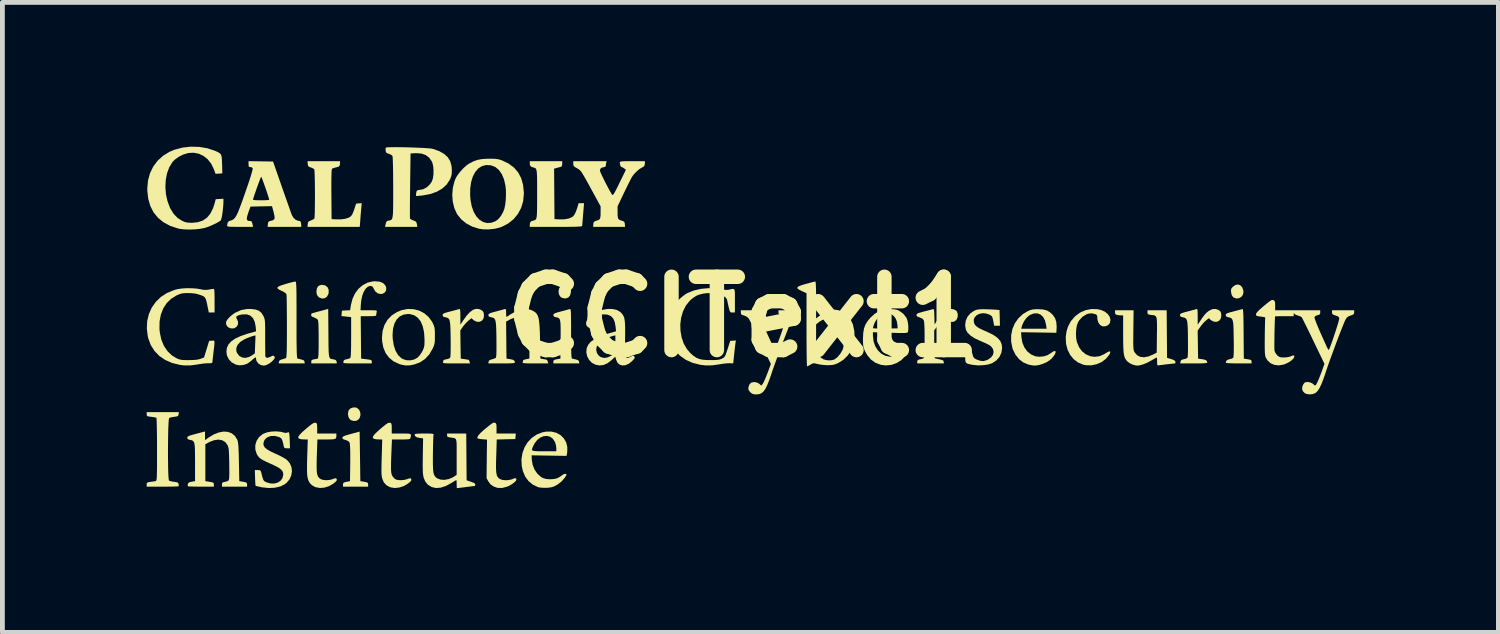
<source format=kicad_pcb>
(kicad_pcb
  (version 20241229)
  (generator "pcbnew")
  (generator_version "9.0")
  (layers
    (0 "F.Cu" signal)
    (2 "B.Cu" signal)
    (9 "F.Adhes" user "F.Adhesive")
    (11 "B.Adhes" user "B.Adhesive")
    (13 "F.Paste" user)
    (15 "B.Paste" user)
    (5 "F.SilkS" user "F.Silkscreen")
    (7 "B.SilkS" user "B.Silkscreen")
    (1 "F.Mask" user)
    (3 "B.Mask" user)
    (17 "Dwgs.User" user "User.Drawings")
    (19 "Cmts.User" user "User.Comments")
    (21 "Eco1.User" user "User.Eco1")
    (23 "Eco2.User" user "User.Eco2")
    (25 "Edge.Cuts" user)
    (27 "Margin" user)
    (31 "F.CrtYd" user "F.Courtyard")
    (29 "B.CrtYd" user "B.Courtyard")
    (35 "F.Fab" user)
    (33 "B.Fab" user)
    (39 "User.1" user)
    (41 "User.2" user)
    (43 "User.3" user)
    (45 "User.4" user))
  (footprint "CCIText1"
    (layer "F.Cu")
    (at 12.401 3.54)
    (property "Reference" "CCIText1" (at 0 0 0) (layer "F.SilkS") (effects (font (size 1.524 1.524) (thickness 0.3))))
    (attr board_only exclude_from_pos_files exclude_from_bom)
    (fp_poly (pts (xy -8.687 -0.654) (xy -8.642 -0.62) (xy -8.617 -0.567) (xy -8.617 -0.502) (xy -8.625 -0.468) (xy -8.656 -0.417) (xy -8.702 -0.388) (xy -8.756 -0.382) (xy -8.809 -0.402) (xy -8.833 -0.421) (xy -8.86 -0.459) (xy -8.87 -0.506) (xy -8.871 -0.527) (xy -8.861 -0.596) (xy -8.832 -0.642) (xy -8.783 -0.664) (xy -8.751 -0.667)) (stroke (width 0) (type solid)) (fill yes) (layer "F.SilkS"))
    (fp_poly (pts (xy -8.031 1.891) (xy -7.986 1.927) (xy -7.961 1.98) (xy -7.955 2.04) (xy -7.971 2.098) (xy -7.997 2.134) (xy -8.042 2.16) (xy -8.097 2.164) (xy -8.151 2.148) (xy -8.18 2.126) (xy -8.206 2.078) (xy -8.216 2.017) (xy -8.206 1.957) (xy -8.198 1.938) (xy -8.164 1.904) (xy -8.114 1.884) (xy -8.06 1.882)) (stroke (width 0) (type solid)) (fill yes) (layer "F.SilkS"))
    (fp_poly (pts (xy -3.664 -0.664) (xy -3.619 -0.629) (xy -3.59 -0.596) (xy -3.578 -0.566) (xy -3.579 -0.524) (xy -3.58 -0.51) (xy -3.598 -0.444) (xy -3.635 -0.402) (xy -3.69 -0.385) (xy -3.709 -0.384) (xy -3.768 -0.398) (xy -3.799 -0.421) (xy -3.828 -0.469) (xy -3.837 -0.527) (xy -3.827 -0.585) (xy -3.799 -0.633) (xy -3.765 -0.658) (xy -3.711 -0.674)) (stroke (width 0) (type solid)) (fill yes) (layer "F.SilkS"))
    (fp_poly (pts (xy 10.341 -0.657) (xy 10.378 -0.618) (xy 10.401 -0.56) (xy 10.406 -0.513) (xy 10.392 -0.456) (xy 10.358 -0.414) (xy 10.309 -0.388) (xy 10.254 -0.384) (xy 10.201 -0.404) (xy 10.191 -0.411) (xy 10.162 -0.452) (xy 10.149 -0.51) (xy 10.146 -0.557) (xy 10.154 -0.589) (xy 10.178 -0.619) (xy 10.188 -0.629) (xy 10.24 -0.665) (xy 10.293 -0.674)) (stroke (width 0) (type solid)) (fill yes) (layer "F.SilkS"))
    (fp_poly (pts (xy -7.965 2.9) (xy -7.958 3.415) (xy -7.877 3.428) (xy -7.83 3.438) (xy -7.806 3.449) (xy -7.798 3.466) (xy -7.796 3.486) (xy -7.796 3.53) (xy -8.318 3.53) (xy -8.318 3.486) (xy -8.315 3.46) (xy -8.301 3.444) (xy -8.268 3.434) (xy -8.245 3.429) (xy -8.173 3.415) (xy -8.168 3.037) (xy -8.168 2.918) (xy -8.168 2.814) (xy -8.17 2.728) (xy -8.174 2.664) (xy -8.178 2.625) (xy -8.18 2.618) (xy -8.2 2.589) (xy -8.238 2.568) (xy -8.265 2.56) (xy -8.308 2.545) (xy -8.328 2.53) (xy -8.33 2.51) (xy -8.324 2.495) (xy -8.305 2.482) (xy -8.27 2.467) (xy -8.214 2.45) (xy -8.149 2.432) (xy -7.973 2.385)) (stroke (width 0) (type solid)) (fill yes) (layer "F.SilkS"))
    (fp_poly (pts (xy -8.622 0.341) (xy -8.621 0.482) (xy -8.62 0.595) (xy -8.618 0.684) (xy -8.615 0.751) (xy -8.61 0.8) (xy -8.603 0.834) (xy -8.593 0.855) (xy -8.579 0.868) (xy -8.561 0.875) (xy -8.538 0.879) (xy -8.516 0.882) (xy -8.476 0.893) (xy -8.457 0.914) (xy -8.453 0.929) (xy -8.445 0.967) (xy -8.978 0.967) (xy -8.978 0.929) (xy -8.973 0.903) (xy -8.952 0.889) (xy -8.921 0.882) (xy -8.878 0.874) (xy -8.847 0.867) (xy -8.844 0.866) (xy -8.838 0.857) (xy -8.833 0.832) (xy -8.829 0.788) (xy -8.827 0.723) (xy -8.825 0.633) (xy -8.825 0.517) (xy -8.825 0.472) (xy -8.825 0.341) (xy -8.827 0.238) (xy -8.829 0.161) (xy -8.833 0.106) (xy -8.838 0.072) (xy -8.844 0.057) (xy -8.87 0.036) (xy -8.912 0.015) (xy -8.925 0.01) (xy -8.965 -0.008) (xy -8.981 -0.027) (xy -8.981 -0.04) (xy -8.975 -0.065) (xy -8.973 -0.072) (xy -8.958 -0.076) (xy -8.92 -0.087) (xy -8.863 -0.103) (xy -8.798 -0.12) (xy -8.626 -0.167)) (stroke (width 0) (type solid)) (fill yes) (layer "F.SilkS"))
    (fp_poly (pts (xy -3.59 -0.158) (xy -3.585 -0.145) (xy -3.582 -0.12) (xy -3.579 -0.08) (xy -3.578 -0.023) (xy -3.577 0.055) (xy -3.576 0.157) (xy -3.576 0.285) (xy -3.576 0.345) (xy -3.576 0.491) (xy -3.575 0.609) (xy -3.573 0.702) (xy -3.571 0.771) (xy -3.568 0.82) (xy -3.564 0.85) (xy -3.559 0.864) (xy -3.557 0.866) (xy -3.53 0.872) (xy -3.488 0.882) (xy -3.476 0.885) (xy -3.433 0.898) (xy -3.414 0.919) (xy -3.41 0.932) (xy -3.405 0.967) (xy -3.944 0.967) (xy -3.944 0.93) (xy -3.94 0.907) (xy -3.923 0.893) (xy -3.884 0.882) (xy -3.871 0.88) (xy -3.798 0.867) (xy -3.794 0.469) (xy -3.793 0.341) (xy -3.793 0.24) (xy -3.795 0.163) (xy -3.799 0.106) (xy -3.806 0.067) (xy -3.818 0.04) (xy -3.834 0.024) (xy -3.856 0.014) (xy -3.884 0.008) (xy -3.893 0.006) (xy -3.929 -0.005) (xy -3.943 -0.026) (xy -3.944 -0.038) (xy -3.941 -0.054) (xy -3.929 -0.067) (xy -3.902 -0.08) (xy -3.855 -0.095) (xy -3.787 -0.113) (xy -3.719 -0.131) (xy -3.66 -0.147) (xy -3.618 -0.159) (xy -3.603 -0.163) (xy -3.596 -0.164)) (stroke (width 0) (type solid)) (fill yes) (layer "F.SilkS"))
    (fp_poly (pts (xy 10.392 -0.16) (xy 10.396 -0.141) (xy 10.4 -0.104) (xy 10.403 -0.048) (xy 10.405 0.03) (xy 10.407 0.133) (xy 10.408 0.263) (xy 10.409 0.347) (xy 10.413 0.867) (xy 10.494 0.88) (xy 10.541 0.889) (xy 10.565 0.9) (xy 10.574 0.917) (xy 10.574 0.93) (xy 10.574 0.967) (xy 10.306 0.967) (xy 10.215 0.966) (xy 10.139 0.964) (xy 10.081 0.961) (xy 10.046 0.956) (xy 10.037 0.953) (xy 10.049 0.912) (xy 10.086 0.888) (xy 10.115 0.88) (xy 10.158 0.869) (xy 10.188 0.854) (xy 10.192 0.851) (xy 10.198 0.829) (xy 10.202 0.782) (xy 10.204 0.706) (xy 10.205 0.602) (xy 10.204 0.468) (xy 10.203 0.455) (xy 10.201 0.329) (xy 10.199 0.231) (xy 10.195 0.156) (xy 10.188 0.101) (xy 10.178 0.063) (xy 10.164 0.038) (xy 10.144 0.022) (xy 10.119 0.013) (xy 10.089 0.006) (xy 10.052 -0.005) (xy 10.038 -0.026) (xy 10.037 -0.038) (xy 10.04 -0.054) (xy 10.052 -0.067) (xy 10.078 -0.079) (xy 10.123 -0.094) (xy 10.192 -0.112) (xy 10.202 -0.115) (xy 10.271 -0.133) (xy 10.329 -0.148) (xy 10.37 -0.16) (xy 10.386 -0.165)) (stroke (width 0) (type solid)) (fill yes) (layer "F.SilkS"))
    (fp_poly (pts (xy -5.166 2.2) (xy -5.158 2.202) (xy -5.141 2.211) (xy -5.131 2.229) (xy -5.127 2.263) (xy -5.126 2.318) (xy -5.126 2.425) (xy -4.725 2.425) (xy -4.73 2.482) (xy -4.735 2.54) (xy -4.928 2.544) (xy -5.122 2.549) (xy -5.132 2.892) (xy -5.136 3.018) (xy -5.137 3.118) (xy -5.135 3.194) (xy -5.129 3.252) (xy -5.119 3.295) (xy -5.105 3.326) (xy -5.085 3.349) (xy -5.058 3.369) (xy -5.057 3.37) (xy -5.009 3.388) (xy -4.944 3.396) (xy -4.875 3.393) (xy -4.812 3.379) (xy -4.79 3.37) (xy -4.745 3.353) (xy -4.719 3.36) (xy -4.712 3.384) (xy -4.725 3.41) (xy -4.759 3.443) (xy -4.807 3.478) (xy -4.863 3.511) (xy -4.908 3.53) (xy -5.01 3.557) (xy -5.104 3.555) (xy -5.188 3.526) (xy -5.253 3.48) (xy -5.295 3.422) (xy -5.333 3.353) (xy -5.329 2.953) (xy -5.324 2.552) (xy -5.418 2.544) (xy -5.469 2.538) (xy -5.506 2.531) (xy -5.52 2.527) (xy -5.525 2.502) (xy -5.504 2.463) (xy -5.457 2.411) (xy -5.386 2.347) (xy -5.378 2.34) (xy -5.308 2.283) (xy -5.258 2.243) (xy -5.223 2.218) (xy -5.199 2.203) (xy -5.181 2.198)) (stroke (width 0) (type solid)) (fill yes) (layer "F.SilkS"))
    (fp_poly (pts (xy -8.38 -3.196) (xy -8.385 -3.153) (xy -8.405 -3.127) (xy -8.446 -3.113) (xy -8.467 -3.109) (xy -8.511 -3.097) (xy -8.543 -3.083) (xy -8.548 -3.078) (xy -8.553 -3.057) (xy -8.557 -3.009) (xy -8.559 -2.931) (xy -8.561 -2.825) (xy -8.561 -2.689) (xy -8.56 -2.546) (xy -8.556 -2.034) (xy -8.472 -2.029) (xy -8.364 -2.029) (xy -8.27 -2.041) (xy -8.197 -2.065) (xy -8.177 -2.077) (xy -8.149 -2.1) (xy -8.126 -2.132) (xy -8.105 -2.181) (xy -8.086 -2.233) (xy -8.046 -2.356) (xy -7.988 -2.361) (xy -7.93 -2.366) (xy -7.939 -2.261) (xy -7.945 -2.195) (xy -7.952 -2.113) (xy -7.958 -2.032) (xy -7.959 -2.014) (xy -7.97 -1.872) (xy -9.057 -1.872) (xy -9.052 -1.928) (xy -9.045 -1.966) (xy -9.028 -1.988) (xy -8.99 -2.004) (xy -8.987 -2.005) (xy -8.946 -2.023) (xy -8.918 -2.041) (xy -8.914 -2.045) (xy -8.911 -2.066) (xy -8.908 -2.113) (xy -8.905 -2.181) (xy -8.904 -2.266) (xy -8.903 -2.364) (xy -8.902 -2.471) (xy -8.902 -2.58) (xy -8.903 -2.689) (xy -8.904 -2.792) (xy -8.906 -2.886) (xy -8.908 -2.965) (xy -8.911 -3.024) (xy -8.914 -3.061) (xy -8.916 -3.069) (xy -8.939 -3.087) (xy -8.979 -3.105) (xy -8.989 -3.108) (xy -9.027 -3.122) (xy -9.045 -3.142) (xy -9.052 -3.179) (xy -9.052 -3.181) (xy -9.057 -3.238) (xy -8.38 -3.238)) (stroke (width 0) (type solid)) (fill yes) (layer "F.SilkS"))
    (fp_poly (pts (xy -3.76 -3.184) (xy -3.765 -3.146) (xy -3.777 -3.125) (xy -3.779 -3.124) (xy -3.805 -3.117) (xy -3.847 -3.106) (xy -3.864 -3.101) (xy -3.929 -3.083) (xy -3.925 -2.559) (xy -3.921 -2.034) (xy -3.822 -2.028) (xy -3.714 -2.03) (xy -3.624 -2.046) (xy -3.555 -2.076) (xy -3.526 -2.099) (xy -3.501 -2.136) (xy -3.475 -2.191) (xy -3.453 -2.252) (xy -3.419 -2.364) (xy -3.306 -2.364) (xy -3.325 -2.137) (xy -3.332 -2.056) (xy -3.338 -1.985) (xy -3.342 -1.93) (xy -3.345 -1.897) (xy -3.345 -1.892) (xy -3.352 -1.886) (xy -3.373 -1.882) (xy -3.41 -1.879) (xy -3.468 -1.876) (xy -3.546 -1.874) (xy -3.649 -1.873) (xy -3.779 -1.873) (xy -3.891 -1.872) (xy -4.435 -1.872) (xy -4.435 -1.915) (xy -4.429 -1.961) (xy -4.405 -1.988) (xy -4.366 -2.002) (xy -4.344 -2.007) (xy -4.326 -2.014) (xy -4.312 -2.024) (xy -4.301 -2.042) (xy -4.293 -2.07) (xy -4.288 -2.112) (xy -4.285 -2.17) (xy -4.283 -2.247) (xy -4.282 -2.348) (xy -4.282 -2.474) (xy -4.282 -2.555) (xy -4.282 -2.697) (xy -4.282 -2.811) (xy -4.283 -2.901) (xy -4.286 -2.97) (xy -4.29 -3.02) (xy -4.296 -3.055) (xy -4.305 -3.078) (xy -4.318 -3.092) (xy -4.334 -3.1) (xy -4.354 -3.106) (xy -4.366 -3.109) (xy -4.41 -3.126) (xy -4.431 -3.155) (xy -4.435 -3.196) (xy -4.435 -3.238) (xy -3.76 -3.238)) (stroke (width 0) (type solid)) (fill yes) (layer "F.SilkS"))
    (fp_poly (pts (xy 7.366 -0.161) (xy 7.444 -0.144) (xy 7.522 -0.11) (xy 7.582 -0.062) (xy 7.623 -0.004) (xy 7.64 0.059) (xy 7.63 0.122) (xy 7.625 0.132) (xy 7.591 0.171) (xy 7.539 0.194) (xy 7.48 0.196) (xy 7.467 0.193) (xy 7.425 0.168) (xy 7.391 0.122) (xy 7.371 0.061) (xy 7.367 0.021) (xy 7.364 -0.021) (xy 7.352 -0.044) (xy 7.324 -0.058) (xy 7.318 -0.06) (xy 7.249 -0.075) (xy 7.183 -0.068) (xy 7.14 -0.053) (xy 7.057 -0.002) (xy 6.989 0.073) (xy 6.964 0.115) (xy 6.941 0.178) (xy 6.928 0.261) (xy 6.923 0.353) (xy 6.927 0.444) (xy 6.942 0.523) (xy 6.943 0.524) (xy 6.987 0.63) (xy 7.049 0.715) (xy 7.127 0.777) (xy 7.215 0.816) (xy 7.31 0.83) (xy 7.409 0.818) (xy 7.506 0.777) (xy 7.537 0.757) (xy 7.59 0.726) (xy 7.624 0.716) (xy 7.638 0.727) (xy 7.63 0.758) (xy 7.614 0.788) (xy 7.544 0.873) (xy 7.455 0.939) (xy 7.351 0.984) (xy 7.24 1.007) (xy 7.127 1.004) (xy 7.07 0.992) (xy 6.965 0.947) (xy 6.874 0.878) (xy 6.801 0.788) (xy 6.748 0.682) (xy 6.717 0.562) (xy 6.71 0.434) (xy 6.711 0.416) (xy 6.726 0.302) (xy 6.756 0.205) (xy 6.803 0.113) (xy 6.824 0.08) (xy 6.908 -0.016) (xy 7.008 -0.09) (xy 7.122 -0.14) (xy 7.243 -0.164)) (stroke (width 0) (type solid)) (fill yes) (layer "F.SilkS"))
    (fp_poly (pts (xy -9.306 -0.735) (xy -9.301 -0.729) (xy -9.297 -0.716) (xy -9.294 -0.694) (xy -9.291 -0.659) (xy -9.289 -0.611) (xy -9.287 -0.546) (xy -9.286 -0.461) (xy -9.286 -0.355) (xy -9.285 -0.225) (xy -9.285 -0.069) (xy -9.285 0.062) (xy -9.285 0.247) (xy -9.285 0.403) (xy -9.284 0.532) (xy -9.282 0.637) (xy -9.281 0.719) (xy -9.278 0.781) (xy -9.276 0.825) (xy -9.272 0.852) (xy -9.268 0.864) (xy -9.266 0.866) (xy -9.239 0.872) (xy -9.197 0.882) (xy -9.185 0.885) (xy -9.143 0.898) (xy -9.123 0.919) (xy -9.119 0.932) (xy -9.114 0.967) (xy -9.656 0.967) (xy -9.651 0.932) (xy -9.638 0.906) (xy -9.606 0.889) (xy -9.584 0.882) (xy -9.541 0.87) (xy -9.509 0.857) (xy -9.504 0.855) (xy -9.499 0.845) (xy -9.495 0.82) (xy -9.492 0.779) (xy -9.489 0.719) (xy -9.487 0.638) (xy -9.486 0.534) (xy -9.485 0.404) (xy -9.485 0.246) (xy -9.485 0.202) (xy -9.485 0.064) (xy -9.486 -0.065) (xy -9.487 -0.183) (xy -9.488 -0.285) (xy -9.489 -0.368) (xy -9.491 -0.429) (xy -9.493 -0.463) (xy -9.494 -0.47) (xy -9.517 -0.499) (xy -9.57 -0.531) (xy -9.595 -0.542) (xy -9.649 -0.568) (xy -9.678 -0.591) (xy -9.682 -0.611) (xy -9.659 -0.632) (xy -9.609 -0.654) (xy -9.53 -0.679) (xy -9.508 -0.686) (xy -9.438 -0.706) (xy -9.377 -0.722) (xy -9.332 -0.732) (xy -9.312 -0.736)) (stroke (width 0) (type solid)) (fill yes) (layer "F.SilkS"))
    (fp_poly (pts (xy -8.894 2.201) (xy -8.893 2.201) (xy -8.873 2.208) (xy -8.862 2.222) (xy -8.857 2.25) (xy -8.856 2.3) (xy -8.855 2.318) (xy -8.855 2.425) (xy -8.456 2.425) (xy -8.456 2.462) (xy -8.458 2.496) (xy -8.464 2.52) (xy -8.481 2.535) (xy -8.513 2.543) (xy -8.565 2.547) (xy -8.642 2.548) (xy -8.663 2.548) (xy -8.851 2.548) (xy -8.863 2.89) (xy -8.866 3.017) (xy -8.867 3.117) (xy -8.865 3.194) (xy -8.859 3.252) (xy -8.849 3.294) (xy -8.834 3.326) (xy -8.814 3.349) (xy -8.787 3.37) (xy -8.787 3.37) (xy -8.736 3.389) (xy -8.669 3.395) (xy -8.596 3.39) (xy -8.53 3.372) (xy -8.527 3.37) (xy -8.486 3.356) (xy -8.463 3.356) (xy -8.454 3.365) (xy -8.446 3.386) (xy -8.453 3.408) (xy -8.481 3.436) (xy -8.516 3.464) (xy -8.606 3.518) (xy -8.703 3.549) (xy -8.8 3.557) (xy -8.89 3.54) (xy -8.911 3.531) (xy -8.958 3.503) (xy -8.998 3.468) (xy -9.005 3.459) (xy -9.026 3.426) (xy -9.042 3.39) (xy -9.054 3.348) (xy -9.062 3.295) (xy -9.066 3.227) (xy -9.067 3.14) (xy -9.066 3.03) (xy -9.063 2.912) (xy -9.051 2.548) (xy -9.105 2.548) (xy -9.178 2.545) (xy -9.225 2.535) (xy -9.248 2.517) (xy -9.246 2.488) (xy -9.218 2.448) (xy -9.165 2.394) (xy -9.088 2.326) (xy -9.021 2.271) (xy -8.973 2.233) (xy -8.938 2.211) (xy -8.913 2.201)) (stroke (width 0) (type solid)) (fill yes) (layer "F.SilkS"))
    (fp_poly (pts (xy 6.238 -0.155) (xy 6.317 -0.135) (xy 6.382 -0.097) (xy 6.443 -0.04) (xy 6.443 -0.04) (xy 6.488 0.027) (xy 6.513 0.103) (xy 6.521 0.197) (xy 6.52 0.23) (xy 6.515 0.33) (xy 5.782 0.318) (xy 5.789 0.424) (xy 5.809 0.537) (xy 5.851 0.636) (xy 5.911 0.718) (xy 5.987 0.779) (xy 6.074 0.818) (xy 6.159 0.829) (xy 6.256 0.82) (xy 6.338 0.792) (xy 6.403 0.75) (xy 6.451 0.718) (xy 6.483 0.708) (xy 6.499 0.717) (xy 6.499 0.74) (xy 6.485 0.776) (xy 6.456 0.819) (xy 6.414 0.867) (xy 6.38 0.898) (xy 6.316 0.94) (xy 6.235 0.976) (xy 6.149 1.002) (xy 6.072 1.012) (xy 6.064 1.012) (xy 6.015 1.007) (xy 5.955 0.996) (xy 5.934 0.991) (xy 5.83 0.948) (xy 5.74 0.879) (xy 5.666 0.787) (xy 5.611 0.677) (xy 5.602 0.65) (xy 5.575 0.515) (xy 5.575 0.381) (xy 5.601 0.253) (xy 5.604 0.246) (xy 5.785 0.246) (xy 6.312 0.246) (xy 6.301 0.165) (xy 6.278 0.071) (xy 6.237 -0.002) (xy 6.183 -0.051) (xy 6.117 -0.075) (xy 6.044 -0.072) (xy 5.965 -0.04) (xy 5.954 -0.033) (xy 5.895 0.018) (xy 5.843 0.09) (xy 5.805 0.17) (xy 5.795 0.203) (xy 5.785 0.246) (xy 5.604 0.246) (xy 5.652 0.134) (xy 5.725 0.029) (xy 5.819 -0.059) (xy 5.921 -0.12) (xy 5.973 -0.142) (xy 6.021 -0.154) (xy 6.078 -0.16) (xy 6.139 -0.161)) (stroke (width 0) (type solid)) (fill yes) (layer "F.SilkS"))
    (fp_poly (pts (xy -6.851 -0.161) (xy -6.734 -0.131) (xy -6.629 -0.076) (xy -6.538 0.002) (xy -6.466 0.101) (xy -6.448 0.136) (xy -6.43 0.178) (xy -6.418 0.217) (xy -6.411 0.262) (xy -6.408 0.32) (xy -6.408 0.391) (xy -6.408 0.468) (xy -6.411 0.523) (xy -6.418 0.566) (xy -6.431 0.605) (xy -6.45 0.65) (xy -6.455 0.661) (xy -6.526 0.781) (xy -6.613 0.875) (xy -6.718 0.945) (xy -6.837 0.989) (xy -6.934 1.008) (xy -7.02 1.009) (xy -7.109 0.992) (xy -7.153 0.978) (xy -7.267 0.924) (xy -7.36 0.848) (xy -7.432 0.752) (xy -7.48 0.637) (xy -7.505 0.504) (xy -7.508 0.43) (xy -7.503 0.372) (xy -7.288 0.372) (xy -7.285 0.451) (xy -7.264 0.588) (xy -7.226 0.703) (xy -7.173 0.794) (xy -7.104 0.859) (xy -7.079 0.874) (xy -7.004 0.9) (xy -6.921 0.903) (xy -6.839 0.886) (xy -6.773 0.85) (xy -6.733 0.81) (xy -6.692 0.754) (xy -6.668 0.713) (xy -6.647 0.668) (xy -6.634 0.629) (xy -6.626 0.587) (xy -6.624 0.533) (xy -6.623 0.468) (xy -6.633 0.32) (xy -6.66 0.196) (xy -6.703 0.094) (xy -6.762 0.018) (xy -6.836 -0.033) (xy -6.925 -0.059) (xy -6.97 -0.061) (xy -7.063 -0.047) (xy -7.142 -0.008) (xy -7.205 0.056) (xy -7.251 0.142) (xy -7.279 0.248) (xy -7.288 0.372) (xy -7.503 0.372) (xy -7.495 0.291) (xy -7.456 0.167) (xy -7.392 0.058) (xy -7.304 -0.032) (xy -7.195 -0.102) (xy -7.101 -0.14) (xy -6.974 -0.165)) (stroke (width 0) (type solid)) (fill yes) (layer "F.SilkS"))
    (fp_poly (pts (xy -11.737 2.024) (xy -11.743 2.049) (xy -11.758 2.064) (xy -11.789 2.072) (xy -11.828 2.077) (xy -11.879 2.085) (xy -11.919 2.096) (xy -11.934 2.103) (xy -11.939 2.123) (xy -11.944 2.169) (xy -11.948 2.238) (xy -11.952 2.326) (xy -11.954 2.429) (xy -11.956 2.542) (xy -11.957 2.662) (xy -11.958 2.786) (xy -11.958 2.908) (xy -11.956 3.025) (xy -11.955 3.133) (xy -11.952 3.229) (xy -11.949 3.307) (xy -11.944 3.365) (xy -11.939 3.398) (xy -11.936 3.403) (xy -11.911 3.414) (xy -11.867 3.424) (xy -11.831 3.429) (xy -11.78 3.437) (xy -11.753 3.447) (xy -11.74 3.464) (xy -11.737 3.477) (xy -11.734 3.508) (xy -11.738 3.522) (xy -11.755 3.524) (xy -11.798 3.526) (xy -11.863 3.528) (xy -11.944 3.529) (xy -12.038 3.53) (xy -12.073 3.53) (xy -12.401 3.53) (xy -12.401 3.485) (xy -12.399 3.459) (xy -12.387 3.444) (xy -12.358 3.436) (xy -12.32 3.43) (xy -12.269 3.423) (xy -12.227 3.416) (xy -12.213 3.413) (xy -12.206 3.409) (xy -12.201 3.401) (xy -12.196 3.385) (xy -12.193 3.359) (xy -12.19 3.32) (xy -12.189 3.265) (xy -12.187 3.192) (xy -12.186 3.098) (xy -12.186 2.979) (xy -12.186 2.834) (xy -12.186 2.755) (xy -12.186 2.606) (xy -12.187 2.471) (xy -12.189 2.352) (xy -12.191 2.253) (xy -12.193 2.176) (xy -12.196 2.123) (xy -12.199 2.098) (xy -12.2 2.096) (xy -12.222 2.09) (xy -12.264 2.083) (xy -12.307 2.077) (xy -12.359 2.071) (xy -12.387 2.063) (xy -12.398 2.05) (xy -12.401 2.028) (xy -12.401 2.024) (xy -12.401 1.98) (xy -11.731 1.98)) (stroke (width 0) (type solid)) (fill yes) (layer "F.SilkS"))
    (fp_poly (pts (xy -7.343 2.201) (xy -7.323 2.208) (xy -7.312 2.222) (xy -7.307 2.25) (xy -7.305 2.298) (xy -7.305 2.318) (xy -7.305 2.425) (xy -7.106 2.425) (xy -7.021 2.425) (xy -6.963 2.427) (xy -6.927 2.433) (xy -6.909 2.444) (xy -6.905 2.464) (xy -6.911 2.493) (xy -6.916 2.513) (xy -6.921 2.528) (xy -6.931 2.537) (xy -6.952 2.543) (xy -6.987 2.546) (xy -7.044 2.548) (xy -7.113 2.548) (xy -7.301 2.548) (xy -7.311 2.789) (xy -7.316 2.923) (xy -7.319 3.03) (xy -7.32 3.113) (xy -7.32 3.177) (xy -7.316 3.225) (xy -7.311 3.261) (xy -7.302 3.287) (xy -7.291 3.309) (xy -7.291 3.31) (xy -7.261 3.349) (xy -7.229 3.376) (xy -7.226 3.378) (xy -7.178 3.392) (xy -7.113 3.395) (xy -7.044 3.389) (xy -6.982 3.373) (xy -6.977 3.37) (xy -6.936 3.356) (xy -6.913 3.356) (xy -6.904 3.365) (xy -6.896 3.386) (xy -6.903 3.408) (xy -6.931 3.436) (xy -6.966 3.464) (xy -7.052 3.516) (xy -7.146 3.547) (xy -7.24 3.558) (xy -7.326 3.545) (xy -7.351 3.536) (xy -7.42 3.496) (xy -7.468 3.442) (xy -7.499 3.371) (xy -7.507 3.343) (xy -7.513 3.312) (xy -7.517 3.274) (xy -7.519 3.224) (xy -7.519 3.158) (xy -7.518 3.071) (xy -7.515 2.959) (xy -7.514 2.921) (xy -7.503 2.548) (xy -7.556 2.548) (xy -7.628 2.545) (xy -7.676 2.535) (xy -7.698 2.516) (xy -7.695 2.488) (xy -7.667 2.447) (xy -7.614 2.393) (xy -7.539 2.326) (xy -7.472 2.271) (xy -7.424 2.233) (xy -7.39 2.211) (xy -7.365 2.201) (xy -7.346 2.201)) (stroke (width 0) (type solid)) (fill yes) (layer "F.SilkS"))
    (fp_poly (pts (xy -3.881 2.41) (xy -3.795 2.458) (xy -3.726 2.526) (xy -3.678 2.609) (xy -3.654 2.707) (xy -3.656 2.814) (xy -3.659 2.832) (xy -3.67 2.89) (xy -4.397 2.878) (xy -4.393 2.969) (xy -4.375 3.076) (xy -4.335 3.176) (xy -4.276 3.261) (xy -4.203 3.327) (xy -4.149 3.355) (xy -4.09 3.37) (xy -4.015 3.376) (xy -3.938 3.371) (xy -3.874 3.358) (xy -3.864 3.354) (xy -3.814 3.328) (xy -3.766 3.295) (xy -3.763 3.292) (xy -3.725 3.268) (xy -3.695 3.262) (xy -3.693 3.263) (xy -3.676 3.271) (xy -3.671 3.281) (xy -3.68 3.302) (xy -3.704 3.338) (xy -3.715 3.354) (xy -3.777 3.424) (xy -3.859 3.487) (xy -3.937 3.528) (xy -3.994 3.544) (xy -4.069 3.553) (xy -4.149 3.554) (xy -4.223 3.548) (xy -4.264 3.539) (xy -4.372 3.488) (xy -4.461 3.414) (xy -4.531 3.318) (xy -4.58 3.201) (xy -4.602 3.099) (xy -4.608 2.961) (xy -4.587 2.831) (xy -4.559 2.754) (xy -4.389 2.754) (xy -4.385 2.772) (xy -4.367 2.784) (xy -4.331 2.79) (xy -4.273 2.793) (xy -4.189 2.793) (xy -4.136 2.793) (xy -3.883 2.793) (xy -3.883 2.728) (xy -3.89 2.671) (xy -3.907 2.611) (xy -3.913 2.598) (xy -3.956 2.532) (xy -4.012 2.491) (xy -4.077 2.474) (xy -4.145 2.48) (xy -4.214 2.508) (xy -4.278 2.557) (xy -4.333 2.627) (xy -4.366 2.69) (xy -4.381 2.727) (xy -4.389 2.754) (xy -4.559 2.754) (xy -4.543 2.711) (xy -4.478 2.605) (xy -4.393 2.516) (xy -4.291 2.446) (xy -4.176 2.401) (xy -4.095 2.385) (xy -3.982 2.385)) (stroke (width 0) (type solid)) (fill yes) (layer "F.SilkS"))
    (fp_poly (pts (xy -5.196 -3.289) (xy -5.133 -3.285) (xy -5.084 -3.277) (xy -5.038 -3.264) (xy -5.011 -3.254) (xy -4.874 -3.188) (xy -4.762 -3.104) (xy -4.675 -3.003) (xy -4.613 -2.883) (xy -4.574 -2.744) (xy -4.558 -2.585) (xy -4.558 -2.559) (xy -4.572 -2.408) (xy -4.614 -2.268) (xy -4.681 -2.142) (xy -4.771 -2.033) (xy -4.883 -1.943) (xy -5.014 -1.875) (xy -5.057 -1.859) (xy -5.165 -1.833) (xy -5.285 -1.82) (xy -5.402 -1.821) (xy -5.491 -1.834) (xy -5.631 -1.878) (xy -5.755 -1.944) (xy -5.859 -2.029) (xy -5.941 -2.13) (xy -5.951 -2.146) (xy -6.005 -2.266) (xy -6.037 -2.401) (xy -6.046 -2.529) (xy -5.675 -2.529) (xy -5.667 -2.433) (xy -5.642 -2.3) (xy -5.601 -2.185) (xy -5.547 -2.092) (xy -5.481 -2.021) (xy -5.406 -1.974) (xy -5.322 -1.952) (xy -5.233 -1.958) (xy -5.147 -1.99) (xy -5.09 -2.033) (xy -5.036 -2.098) (xy -4.991 -2.177) (xy -4.964 -2.246) (xy -4.947 -2.325) (xy -4.935 -2.423) (xy -4.93 -2.53) (xy -4.931 -2.635) (xy -4.94 -2.728) (xy -4.941 -2.731) (xy -4.971 -2.863) (xy -5.018 -2.972) (xy -5.079 -3.058) (xy -5.153 -3.118) (xy -5.24 -3.152) (xy -5.338 -3.158) (xy -5.344 -3.158) (xy -5.431 -3.135) (xy -5.507 -3.086) (xy -5.57 -3.012) (xy -5.62 -2.917) (xy -5.654 -2.804) (xy -5.673 -2.673) (xy -5.675 -2.529) (xy -6.046 -2.529) (xy -6.047 -2.543) (xy -6.034 -2.686) (xy -6 -2.822) (xy -5.97 -2.894) (xy -5.931 -2.956) (xy -5.876 -3.026) (xy -5.812 -3.095) (xy -5.748 -3.152) (xy -5.702 -3.185) (xy -5.612 -3.232) (xy -5.525 -3.264) (xy -5.431 -3.282) (xy -5.32 -3.289) (xy -5.28 -3.29)) (stroke (width 0) (type solid)) (fill yes) (layer "F.SilkS"))
    (fp_poly (pts (xy 9.883 -0.146) (xy 9.92 -0.12) (xy 9.939 -0.085) (xy 9.945 -0.031) (xy 9.945 -0.021) (xy 9.933 0.037) (xy 9.899 0.08) (xy 9.85 0.102) (xy 9.811 0.102) (xy 9.763 0.087) (xy 9.722 0.061) (xy 9.721 0.06) (xy 9.686 0.027) (xy 9.626 0.074) (xy 9.583 0.114) (xy 9.537 0.167) (xy 9.51 0.204) (xy 9.453 0.285) (xy 9.458 0.576) (xy 9.462 0.867) (xy 9.545 0.879) (xy 9.605 0.891) (xy 9.639 0.91) (xy 9.653 0.938) (xy 9.653 0.948) (xy 9.646 0.955) (xy 9.622 0.96) (xy 9.578 0.964) (xy 9.51 0.966) (xy 9.417 0.967) (xy 9.372 0.967) (xy 9.09 0.967) (xy 9.097 0.928) (xy 9.109 0.901) (xy 9.136 0.886) (xy 9.164 0.88) (xy 9.207 0.869) (xy 9.236 0.854) (xy 9.24 0.851) (xy 9.246 0.828) (xy 9.25 0.774) (xy 9.252 0.689) (xy 9.252 0.574) (xy 9.251 0.456) (xy 9.25 0.33) (xy 9.247 0.231) (xy 9.243 0.156) (xy 9.237 0.101) (xy 9.227 0.063) (xy 9.212 0.038) (xy 9.193 0.022) (xy 9.168 0.013) (xy 9.137 0.006) (xy 9.101 -0.005) (xy 9.087 -0.026) (xy 9.086 -0.038) (xy 9.088 -0.054) (xy 9.1 -0.067) (xy 9.126 -0.079) (xy 9.171 -0.094) (xy 9.24 -0.112) (xy 9.251 -0.115) (xy 9.319 -0.133) (xy 9.377 -0.148) (xy 9.419 -0.16) (xy 9.435 -0.165) (xy 9.444 -0.161) (xy 9.45 -0.138) (xy 9.453 -0.092) (xy 9.454 -0.021) (xy 9.454 -0.005) (xy 9.454 0.161) (xy 9.512 0.076) (xy 9.56 0.005) (xy 9.599 -0.046) (xy 9.633 -0.083) (xy 9.668 -0.112) (xy 9.691 -0.129) (xy 9.761 -0.162) (xy 9.829 -0.165)) (stroke (width 0) (type solid)) (fill yes) (layer "F.SilkS"))
    (fp_poly (pts (xy -5.493 -0.164) (xy -5.449 -0.146) (xy -5.412 -0.12) (xy -5.393 -0.085) (xy -5.387 -0.031) (xy -5.387 -0.021) (xy -5.399 0.038) (xy -5.432 0.08) (xy -5.48 0.102) (xy -5.534 0.101) (xy -5.59 0.076) (xy -5.601 0.067) (xy -5.648 0.027) (xy -5.716 0.082) (xy -5.765 0.13) (xy -5.813 0.186) (xy -5.831 0.21) (xy -5.879 0.282) (xy -5.875 0.575) (xy -5.87 0.867) (xy -5.787 0.879) (xy -5.741 0.886) (xy -5.709 0.892) (xy -5.701 0.894) (xy -5.694 0.91) (xy -5.687 0.932) (xy -5.676 0.967) (xy -5.963 0.967) (xy -6.064 0.967) (xy -6.138 0.966) (xy -6.189 0.964) (xy -6.22 0.96) (xy -6.237 0.955) (xy -6.242 0.948) (xy -6.24 0.943) (xy -6.232 0.913) (xy -6.231 0.904) (xy -6.218 0.894) (xy -6.184 0.883) (xy -6.17 0.881) (xy -6.127 0.87) (xy -6.096 0.855) (xy -6.092 0.851) (xy -6.086 0.829) (xy -6.082 0.778) (xy -6.08 0.698) (xy -6.079 0.589) (xy -6.08 0.455) (xy -6.082 0.33) (xy -6.085 0.231) (xy -6.089 0.156) (xy -6.096 0.101) (xy -6.105 0.063) (xy -6.12 0.038) (xy -6.139 0.022) (xy -6.165 0.013) (xy -6.195 0.006) (xy -6.232 -0.005) (xy -6.245 -0.026) (xy -6.246 -0.038) (xy -6.244 -0.054) (xy -6.232 -0.067) (xy -6.206 -0.079) (xy -6.161 -0.094) (xy -6.092 -0.112) (xy -6.081 -0.115) (xy -6.013 -0.133) (xy -5.955 -0.148) (xy -5.913 -0.16) (xy -5.897 -0.165) (xy -5.888 -0.161) (xy -5.883 -0.138) (xy -5.879 -0.092) (xy -5.878 -0.021) (xy -5.878 -0.006) (xy -5.878 0.161) (xy -5.822 0.077) (xy -5.748 -0.026) (xy -5.679 -0.1) (xy -5.616 -0.147) (xy -5.554 -0.168)) (stroke (width 0) (type solid)) (fill yes) (layer "F.SilkS"))
    (fp_poly (pts (xy 4.387 -0.155) (xy 4.431 -0.131) (xy 4.443 -0.119) (xy 4.464 -0.065) (xy 4.464 -0.004) (xy 4.443 0.051) (xy 4.428 0.07) (xy 4.382 0.101) (xy 4.332 0.103) (xy 4.274 0.078) (xy 4.262 0.07) (xy 4.207 0.033) (xy 4.153 0.074) (xy 4.114 0.109) (xy 4.069 0.158) (xy 4.037 0.197) (xy 3.975 0.279) (xy 3.975 0.569) (xy 3.975 0.67) (xy 3.976 0.744) (xy 3.977 0.796) (xy 3.98 0.83) (xy 3.985 0.85) (xy 3.993 0.86) (xy 4.003 0.865) (xy 4.01 0.866) (xy 4.08 0.881) (xy 4.125 0.892) (xy 4.152 0.901) (xy 4.165 0.911) (xy 4.17 0.925) (xy 4.172 0.933) (xy 4.177 0.967) (xy 3.622 0.967) (xy 3.622 0.93) (xy 3.629 0.902) (xy 3.654 0.887) (xy 3.672 0.883) (xy 3.704 0.877) (xy 3.729 0.871) (xy 3.747 0.863) (xy 3.76 0.847) (xy 3.768 0.82) (xy 3.773 0.78) (xy 3.775 0.721) (xy 3.776 0.64) (xy 3.776 0.534) (xy 3.775 0.483) (xy 3.775 0.343) (xy 3.773 0.232) (xy 3.769 0.15) (xy 3.764 0.096) (xy 3.757 0.069) (xy 3.73 0.036) (xy 3.679 0.013) (xy 3.673 0.011) (xy 3.63 -0.004) (xy 3.61 -0.021) (xy 3.607 -0.04) (xy 3.61 -0.055) (xy 3.623 -0.068) (xy 3.65 -0.081) (xy 3.698 -0.095) (xy 3.765 -0.113) (xy 3.833 -0.13) (xy 3.892 -0.146) (xy 3.933 -0.157) (xy 3.949 -0.162) (xy 3.96 -0.163) (xy 3.968 -0.153) (xy 3.973 -0.127) (xy 3.976 -0.079) (xy 3.978 -0.008) (xy 3.983 0.155) (xy 4.047 0.057) (xy 4.104 -0.02) (xy 4.163 -0.085) (xy 4.219 -0.134) (xy 4.268 -0.161) (xy 4.274 -0.162) (xy 4.331 -0.167)) (stroke (width 0) (type solid)) (fill yes) (layer "F.SilkS"))
    (fp_poly (pts (xy -7.558 -0.733) (xy -7.487 -0.705) (xy -7.44 -0.658) (xy -7.419 -0.605) (xy -7.422 -0.551) (xy -7.45 -0.508) (xy -7.497 -0.481) (xy -7.534 -0.476) (xy -7.597 -0.49) (xy -7.648 -0.532) (xy -7.683 -0.593) (xy -7.704 -0.629) (xy -7.731 -0.643) (xy -7.748 -0.645) (xy -7.799 -0.63) (xy -7.846 -0.589) (xy -7.886 -0.525) (xy -7.918 -0.442) (xy -7.939 -0.344) (xy -7.947 -0.273) (xy -7.954 -0.138) (xy -7.781 -0.138) (xy -7.707 -0.138) (xy -7.658 -0.137) (xy -7.63 -0.133) (xy -7.617 -0.127) (xy -7.615 -0.116) (xy -7.618 -0.104) (xy -7.626 -0.064) (xy -7.627 -0.042) (xy -7.631 -0.03) (xy -7.644 -0.022) (xy -7.671 -0.018) (xy -7.72 -0.016) (xy -7.789 -0.015) (xy -7.95 -0.015) (xy -7.946 0.426) (xy -7.942 0.867) (xy -7.831 0.88) (xy -7.774 0.888) (xy -7.74 0.895) (xy -7.725 0.906) (xy -7.72 0.922) (xy -7.72 0.93) (xy -7.72 0.967) (xy -8.021 0.967) (xy -8.124 0.967) (xy -8.201 0.966) (xy -8.254 0.964) (xy -8.288 0.961) (xy -8.307 0.956) (xy -8.313 0.949) (xy -8.312 0.943) (xy -8.304 0.914) (xy -8.303 0.905) (xy -8.289 0.894) (xy -8.256 0.883) (xy -8.245 0.881) (xy -8.203 0.87) (xy -8.172 0.858) (xy -8.169 0.856) (xy -8.163 0.843) (xy -8.158 0.814) (xy -8.154 0.766) (xy -8.152 0.696) (xy -8.15 0.602) (xy -8.15 0.481) (xy -8.149 0.422) (xy -8.149 0.004) (xy -8.25 -0.007) (xy -8.351 -0.018) (xy -8.346 -0.074) (xy -8.341 -0.13) (xy -8.256 -0.135) (xy -8.171 -0.139) (xy -8.154 -0.247) (xy -8.121 -0.376) (xy -8.067 -0.491) (xy -7.995 -0.587) (xy -7.906 -0.662) (xy -7.805 -0.714) (xy -7.694 -0.739) (xy -7.653 -0.741)) (stroke (width 0) (type solid)) (fill yes) (layer "F.SilkS"))
    (fp_poly (pts (xy -11.307 -3.535) (xy -11.139 -3.507) (xy -10.982 -3.455) (xy -10.927 -3.43) (xy -10.894 -3.412) (xy -10.87 -3.394) (xy -10.854 -3.369) (xy -10.843 -3.334) (xy -10.838 -3.283) (xy -10.834 -3.209) (xy -10.832 -3.146) (xy -10.828 -2.985) (xy -10.898 -2.98) (xy -10.969 -2.976) (xy -11.003 -3.069) (xy -11.058 -3.183) (xy -11.131 -3.277) (xy -11.22 -3.348) (xy -11.32 -3.395) (xy -11.429 -3.415) (xy -11.534 -3.408) (xy -11.637 -3.378) (xy -11.736 -3.329) (xy -11.821 -3.266) (xy -11.865 -3.22) (xy -11.93 -3.114) (xy -11.977 -2.989) (xy -12.004 -2.85) (xy -12.012 -2.704) (xy -12.001 -2.555) (xy -11.969 -2.41) (xy -11.918 -2.273) (xy -11.908 -2.253) (xy -11.84 -2.143) (xy -11.759 -2.059) (xy -11.667 -2) (xy -11.614 -1.976) (xy -11.565 -1.963) (xy -11.508 -1.958) (xy -11.457 -1.957) (xy -11.336 -1.969) (xy -11.233 -2.004) (xy -11.146 -2.064) (xy -11.076 -2.15) (xy -11.02 -2.262) (xy -10.99 -2.356) (xy -10.965 -2.448) (xy -10.805 -2.457) (xy -10.805 -2.404) (xy -10.807 -2.337) (xy -10.813 -2.262) (xy -10.822 -2.185) (xy -10.832 -2.114) (xy -10.844 -2.056) (xy -10.855 -2.018) (xy -10.86 -2.008) (xy -10.891 -1.985) (xy -10.943 -1.955) (xy -11.009 -1.923) (xy -11.08 -1.891) (xy -11.149 -1.865) (xy -11.196 -1.85) (xy -11.287 -1.832) (xy -11.394 -1.821) (xy -11.508 -1.817) (xy -11.618 -1.82) (xy -11.713 -1.831) (xy -11.749 -1.839) (xy -11.912 -1.893) (xy -12.051 -1.968) (xy -12.167 -2.062) (xy -12.259 -2.176) (xy -12.326 -2.308) (xy -12.369 -2.458) (xy -12.388 -2.627) (xy -12.388 -2.67) (xy -12.374 -2.835) (xy -12.332 -2.987) (xy -12.265 -3.126) (xy -12.174 -3.248) (xy -12.06 -3.351) (xy -11.925 -3.434) (xy -11.821 -3.477) (xy -11.655 -3.521) (xy -11.481 -3.54)) (stroke (width 0) (type solid)) (fill yes) (layer "F.SilkS"))
    (fp_poly (pts (xy 3.128 -0.159) (xy 3.181 -0.152) (xy 3.223 -0.139) (xy 3.246 -0.128) (xy 3.332 -0.066) (xy 3.393 0.011) (xy 3.414 0.06) (xy 3.427 0.112) (xy 3.435 0.175) (xy 3.437 0.237) (xy 3.434 0.289) (xy 3.424 0.32) (xy 3.415 0.326) (xy 3.394 0.331) (xy 3.358 0.334) (xy 3.303 0.334) (xy 3.227 0.334) (xy 3.125 0.331) (xy 3.056 0.329) (xy 2.701 0.318) (xy 2.701 0.393) (xy 2.714 0.508) (xy 2.749 0.61) (xy 2.804 0.696) (xy 2.875 0.764) (xy 2.961 0.809) (xy 3.058 0.828) (xy 3.077 0.828) (xy 3.171 0.817) (xy 3.259 0.788) (xy 3.331 0.743) (xy 3.34 0.735) (xy 3.373 0.715) (xy 3.397 0.715) (xy 3.416 0.725) (xy 3.42 0.739) (xy 3.408 0.764) (xy 3.378 0.806) (xy 3.375 0.811) (xy 3.294 0.896) (xy 3.196 0.958) (xy 3.086 0.997) (xy 2.969 1.009) (xy 2.866 0.996) (xy 2.756 0.955) (xy 2.661 0.888) (xy 2.583 0.795) (xy 2.537 0.714) (xy 2.518 0.669) (xy 2.505 0.63) (xy 2.498 0.588) (xy 2.495 0.532) (xy 2.494 0.455) (xy 2.494 0.453) (xy 2.499 0.337) (xy 2.515 0.242) (xy 2.518 0.233) (xy 2.701 0.233) (xy 2.716 0.237) (xy 2.756 0.24) (xy 2.818 0.242) (xy 2.897 0.243) (xy 2.958 0.242) (xy 3.215 0.238) (xy 3.211 0.176) (xy 3.197 0.09) (xy 3.168 0.023) (xy 3.122 -0.03) (xy 3.059 -0.067) (xy 2.99 -0.077) (xy 2.92 -0.063) (xy 2.852 -0.025) (xy 2.792 0.032) (xy 2.743 0.108) (xy 2.724 0.153) (xy 2.71 0.195) (xy 2.702 0.226) (xy 2.701 0.233) (xy 2.518 0.233) (xy 2.544 0.162) (xy 2.59 0.087) (xy 2.648 0.017) (xy 2.739 -0.066) (xy 2.835 -0.122) (xy 2.941 -0.152) (xy 3.054 -0.161)) (stroke (width 0) (type solid)) (fill yes) (layer "F.SilkS"))
    (fp_poly (pts (xy 8.116 0.272) (xy 8.115 0.396) (xy 8.114 0.493) (xy 8.114 0.566) (xy 8.116 0.621) (xy 8.119 0.661) (xy 8.123 0.689) (xy 8.129 0.711) (xy 8.138 0.729) (xy 8.142 0.737) (xy 8.193 0.796) (xy 8.259 0.83) (xy 8.339 0.839) (xy 8.43 0.822) (xy 8.518 0.786) (xy 8.602 0.743) (xy 8.606 0.374) (xy 8.608 0.253) (xy 8.608 0.159) (xy 8.606 0.088) (xy 8.602 0.038) (xy 8.593 0.004) (xy 8.58 -0.017) (xy 8.56 -0.029) (xy 8.533 -0.036) (xy 8.498 -0.04) (xy 8.489 -0.041) (xy 8.443 -0.048) (xy 8.419 -0.057) (xy 8.411 -0.075) (xy 8.41 -0.094) (xy 8.41 -0.138) (xy 8.809 -0.138) (xy 8.817 0.851) (xy 8.902 0.876) (xy 8.954 0.895) (xy 8.981 0.913) (xy 8.991 0.934) (xy 8.99 0.96) (xy 8.983 0.967) (xy 8.96 0.969) (xy 8.915 0.973) (xy 8.857 0.98) (xy 8.793 0.987) (xy 8.731 0.995) (xy 8.681 1.001) (xy 8.652 1.005) (xy 8.628 1.008) (xy 8.615 1.001) (xy 8.611 0.977) (xy 8.61 0.929) (xy 8.61 0.928) (xy 8.609 0.882) (xy 8.605 0.851) (xy 8.601 0.844) (xy 8.585 0.851) (xy 8.55 0.871) (xy 8.502 0.899) (xy 8.49 0.906) (xy 8.401 0.954) (xy 8.314 0.989) (xy 8.237 1.009) (xy 8.197 1.012) (xy 8.156 1.007) (xy 8.107 0.993) (xy 8.098 0.99) (xy 8.046 0.965) (xy 7.999 0.931) (xy 7.995 0.928) (xy 7.969 0.9) (xy 7.949 0.87) (xy 7.933 0.833) (xy 7.921 0.787) (xy 7.913 0.726) (xy 7.908 0.648) (xy 7.905 0.549) (xy 7.904 0.424) (xy 7.904 0.358) (xy 7.904 -0.031) (xy 7.867 -0.031) (xy 7.825 -0.034) (xy 7.783 -0.04) (xy 7.749 -0.052) (xy 7.736 -0.074) (xy 7.735 -0.094) (xy 7.735 -0.138) (xy 8.121 -0.138)) (stroke (width 0) (type solid)) (fill yes) (layer "F.SilkS"))
    (fp_poly (pts (xy 5.018 -0.16) (xy 5.094 -0.158) (xy 5.17 -0.155) (xy 5.233 -0.152) (xy 5.249 -0.151) (xy 5.333 -0.143) (xy 5.338 0.021) (xy 5.342 0.184) (xy 5.222 0.184) (xy 5.203 0.084) (xy 5.191 0.029) (xy 5.179 -0.005) (xy 5.16 -0.026) (xy 5.129 -0.045) (xy 5.125 -0.047) (xy 5.051 -0.072) (xy 4.98 -0.077) (xy 4.914 -0.064) (xy 4.858 -0.036) (xy 4.818 0.006) (xy 4.797 0.057) (xy 4.801 0.115) (xy 4.811 0.143) (xy 4.827 0.17) (xy 4.85 0.194) (xy 4.884 0.219) (xy 4.934 0.247) (xy 5.004 0.28) (xy 5.097 0.321) (xy 5.208 0.376) (xy 5.29 0.434) (xy 5.346 0.496) (xy 5.377 0.566) (xy 5.387 0.642) (xy 5.372 0.744) (xy 5.331 0.834) (xy 5.264 0.908) (xy 5.176 0.964) (xy 5.17 0.966) (xy 5.09 0.99) (xy 4.993 1.004) (xy 4.889 1.008) (xy 4.79 0.999) (xy 4.779 0.997) (xy 4.708 0.984) (xy 4.662 0.97) (xy 4.636 0.951) (xy 4.623 0.919) (xy 4.62 0.87) (xy 4.619 0.825) (xy 4.618 0.761) (xy 4.615 0.705) (xy 4.611 0.668) (xy 4.61 0.663) (xy 4.606 0.641) (xy 4.616 0.631) (xy 4.646 0.631) (xy 4.666 0.632) (xy 4.733 0.637) (xy 4.763 0.747) (xy 4.779 0.804) (xy 4.793 0.839) (xy 4.812 0.861) (xy 4.84 0.878) (xy 4.866 0.889) (xy 4.939 0.914) (xy 5.002 0.918) (xy 5.065 0.9) (xy 5.096 0.886) (xy 5.159 0.841) (xy 5.198 0.786) (xy 5.21 0.726) (xy 5.197 0.667) (xy 5.157 0.613) (xy 5.128 0.591) (xy 5.089 0.569) (xy 5.031 0.541) (xy 4.963 0.512) (xy 4.931 0.498) (xy 4.819 0.446) (xy 4.73 0.388) (xy 4.667 0.326) (xy 4.634 0.266) (xy 4.618 0.173) (xy 4.631 0.08) (xy 4.668 -0.005) (xy 4.729 -0.076) (xy 4.796 -0.122) (xy 4.836 -0.141) (xy 4.874 -0.152) (xy 4.919 -0.158) (xy 4.981 -0.16)) (stroke (width 0) (type solid)) (fill yes) (layer "F.SilkS"))
    (fp_poly (pts (xy -2.845 -3.204) (xy -2.853 -3.164) (xy -2.854 -3.142) (xy -2.867 -3.12) (xy -2.886 -3.116) (xy -2.936 -3.105) (xy -2.969 -3.077) (xy -2.977 -3.046) (xy -2.97 -3.022) (xy -2.952 -2.978) (xy -2.923 -2.917) (xy -2.889 -2.847) (xy -2.851 -2.772) (xy -2.812 -2.698) (xy -2.776 -2.63) (xy -2.744 -2.575) (xy -2.723 -2.542) (xy -2.715 -2.535) (xy -2.705 -2.538) (xy -2.692 -2.553) (xy -2.672 -2.585) (xy -2.645 -2.635) (xy -2.608 -2.708) (xy -2.57 -2.786) (xy -2.436 -3.059) (xy -2.47 -3.087) (xy -2.502 -3.108) (xy -2.525 -3.116) (xy -2.543 -3.129) (xy -2.557 -3.165) (xy -2.563 -3.211) (xy -2.561 -3.221) (xy -2.551 -3.228) (xy -2.529 -3.233) (xy -2.492 -3.236) (xy -2.435 -3.238) (xy -2.353 -3.238) (xy -2.302 -3.238) (xy -2.041 -3.238) (xy -2.041 -3.196) (xy -2.047 -3.152) (xy -2.069 -3.124) (xy -2.106 -3.104) (xy -2.156 -3.074) (xy -2.212 -3.026) (xy -2.266 -2.971) (xy -2.305 -2.918) (xy -2.323 -2.887) (xy -2.35 -2.834) (xy -2.386 -2.763) (xy -2.427 -2.68) (xy -2.47 -2.591) (xy -2.475 -2.581) (xy -2.609 -2.299) (xy -2.609 -2.172) (xy -2.608 -2.103) (xy -2.601 -2.058) (xy -2.587 -2.03) (xy -2.56 -2.013) (xy -2.517 -2) (xy -2.517 -1.999) (xy -2.481 -1.986) (xy -2.464 -1.965) (xy -2.458 -1.929) (xy -2.454 -1.872) (xy -3.116 -1.872) (xy -3.115 -1.915) (xy -3.109 -1.961) (xy -3.085 -1.988) (xy -3.047 -2.002) (xy -3.007 -2.014) (xy -2.983 -2.031) (xy -2.969 -2.061) (xy -2.963 -2.108) (xy -2.962 -2.172) (xy -2.962 -2.299) (xy -3.166 -2.673) (xy -3.226 -2.783) (xy -3.274 -2.869) (xy -3.312 -2.935) (xy -3.341 -2.984) (xy -3.365 -3.02) (xy -3.386 -3.044) (xy -3.405 -3.062) (xy -3.425 -3.076) (xy -3.449 -3.089) (xy -3.45 -3.09) (xy -3.495 -3.116) (xy -3.519 -3.137) (xy -3.529 -3.161) (xy -3.53 -3.186) (xy -3.53 -3.238) (xy -2.836 -3.238)) (stroke (width 0) (type solid)) (fill yes) (layer "F.SilkS"))
    (fp_poly (pts (xy -11.188 2.563) (xy -11.114 2.509) (xy -11.005 2.443) (xy -10.9 2.402) (xy -10.8 2.384) (xy -10.71 2.391) (xy -10.631 2.421) (xy -10.566 2.475) (xy -10.519 2.551) (xy -10.51 2.576) (xy -10.503 2.605) (xy -10.498 2.645) (xy -10.493 2.697) (xy -10.49 2.767) (xy -10.486 2.859) (xy -10.484 2.976) (xy -10.483 3.016) (xy -10.475 3.415) (xy -10.394 3.428) (xy -10.347 3.438) (xy -10.323 3.449) (xy -10.315 3.466) (xy -10.313 3.486) (xy -10.313 3.53) (xy -10.835 3.53) (xy -10.835 3.485) (xy -10.832 3.456) (xy -10.816 3.44) (xy -10.778 3.431) (xy -10.775 3.43) (xy -10.731 3.419) (xy -10.7 3.402) (xy -10.696 3.398) (xy -10.69 3.38) (xy -10.685 3.34) (xy -10.683 3.277) (xy -10.683 3.188) (xy -10.684 3.071) (xy -10.684 3.05) (xy -10.686 2.94) (xy -10.689 2.856) (xy -10.692 2.793) (xy -10.696 2.747) (xy -10.703 2.713) (xy -10.711 2.687) (xy -10.721 2.663) (xy -10.721 2.663) (xy -10.768 2.602) (xy -10.832 2.564) (xy -10.909 2.551) (xy -10.997 2.563) (xy -11.091 2.599) (xy -11.1 2.604) (xy -11.181 2.647) (xy -11.181 3.415) (xy -11.092 3.429) (xy -11.043 3.438) (xy -11.016 3.447) (xy -11.006 3.463) (xy -11.004 3.486) (xy -11.004 3.53) (xy -11.27 3.53) (xy -11.357 3.529) (xy -11.434 3.528) (xy -11.493 3.526) (xy -11.532 3.524) (xy -11.544 3.522) (xy -11.548 3.502) (xy -11.545 3.477) (xy -11.535 3.453) (xy -11.51 3.438) (xy -11.467 3.428) (xy -11.395 3.414) (xy -11.395 3.021) (xy -11.396 2.893) (xy -11.397 2.792) (xy -11.399 2.714) (xy -11.405 2.657) (xy -11.413 2.617) (xy -11.426 2.591) (xy -11.443 2.574) (xy -11.467 2.564) (xy -11.496 2.558) (xy -11.504 2.556) (xy -11.541 2.545) (xy -11.556 2.524) (xy -11.557 2.512) (xy -11.554 2.498) (xy -11.542 2.485) (xy -11.517 2.473) (xy -11.474 2.458) (xy -11.408 2.44) (xy -11.372 2.43) (xy -11.188 2.382)) (stroke (width 0) (type solid)) (fill yes) (layer "F.SilkS"))
    (fp_poly (pts (xy -9.618 2.388) (xy -9.575 2.399) (xy -9.515 2.412) (xy -9.478 2.406) (xy -9.452 2.398) (xy -9.441 2.402) (xy -9.437 2.42) (xy -9.432 2.463) (xy -9.428 2.522) (xy -9.426 2.572) (xy -9.421 2.732) (xy -9.481 2.732) (xy -9.521 2.73) (xy -9.541 2.718) (xy -9.551 2.689) (xy -9.552 2.683) (xy -9.568 2.61) (xy -9.582 2.562) (xy -9.599 2.531) (xy -9.622 2.511) (xy -9.654 2.496) (xy -9.736 2.475) (xy -9.814 2.476) (xy -9.883 2.498) (xy -9.935 2.539) (xy -9.956 2.571) (xy -9.973 2.622) (xy -9.971 2.668) (xy -9.948 2.71) (xy -9.901 2.752) (xy -9.828 2.795) (xy -9.728 2.843) (xy -9.718 2.847) (xy -9.644 2.881) (xy -9.574 2.917) (xy -9.518 2.95) (xy -9.485 2.973) (xy -9.425 3.043) (xy -9.39 3.124) (xy -9.38 3.211) (xy -9.395 3.298) (xy -9.432 3.38) (xy -9.493 3.451) (xy -9.53 3.48) (xy -9.623 3.526) (xy -9.736 3.552) (xy -9.863 3.558) (xy -9.999 3.544) (xy -10.035 3.537) (xy -10.086 3.525) (xy -10.123 3.516) (xy -10.137 3.511) (xy -10.139 3.495) (xy -10.142 3.455) (xy -10.145 3.397) (xy -10.147 3.346) (xy -10.152 3.185) (xy -10.092 3.185) (xy -10.052 3.187) (xy -10.032 3.2) (xy -10.02 3.231) (xy -10.018 3.238) (xy -10 3.312) (xy -9.985 3.361) (xy -9.973 3.392) (xy -9.958 3.412) (xy -9.937 3.426) (xy -9.91 3.439) (xy -9.828 3.463) (xy -9.749 3.465) (xy -9.678 3.446) (xy -9.62 3.409) (xy -9.579 3.356) (xy -9.562 3.289) (xy -9.561 3.277) (xy -9.566 3.235) (xy -9.583 3.198) (xy -9.616 3.164) (xy -9.668 3.129) (xy -9.744 3.09) (xy -9.818 3.056) (xy -9.911 3.014) (xy -9.981 2.979) (xy -10.031 2.949) (xy -10.066 2.918) (xy -10.093 2.885) (xy -10.114 2.846) (xy -10.142 2.756) (xy -10.142 2.664) (xy -10.116 2.578) (xy -10.066 2.501) (xy -9.993 2.44) (xy -9.97 2.427) (xy -9.896 2.4) (xy -9.805 2.384) (xy -9.708 2.38)) (stroke (width 0) (type solid)) (fill yes) (layer "F.SilkS"))
    (fp_poly (pts (xy -5.748 3.397) (xy -5.655 3.429) (xy -5.602 3.449) (xy -5.575 3.466) (xy -5.567 3.484) (xy -5.568 3.488) (xy -5.574 3.51) (xy -5.576 3.515) (xy -5.591 3.517) (xy -5.631 3.521) (xy -5.69 3.529) (xy -5.76 3.537) (xy -5.762 3.538) (xy -5.834 3.547) (xy -5.893 3.554) (xy -5.934 3.559) (xy -5.95 3.561) (xy -5.95 3.561) (xy -5.953 3.547) (xy -5.954 3.511) (xy -5.955 3.476) (xy -5.956 3.43) (xy -5.959 3.399) (xy -5.962 3.392) (xy -5.977 3.4) (xy -6.012 3.42) (xy -6.057 3.449) (xy -6.064 3.453) (xy -6.178 3.515) (xy -6.285 3.55) (xy -6.384 3.558) (xy -6.472 3.538) (xy -6.477 3.536) (xy -6.555 3.488) (xy -6.61 3.419) (xy -6.64 3.347) (xy -6.648 3.314) (xy -6.654 3.276) (xy -6.658 3.227) (xy -6.66 3.164) (xy -6.661 3.081) (xy -6.66 2.975) (xy -6.659 2.894) (xy -6.653 2.525) (xy -6.727 2.516) (xy -6.787 2.502) (xy -6.82 2.477) (xy -6.829 2.444) (xy -6.821 2.436) (xy -6.794 2.43) (xy -6.745 2.427) (xy -6.67 2.425) (xy -6.629 2.425) (xy -6.547 2.425) (xy -6.492 2.427) (xy -6.458 2.43) (xy -6.44 2.435) (xy -6.435 2.443) (xy -6.436 2.452) (xy -6.439 2.474) (xy -6.441 2.523) (xy -6.444 2.593) (xy -6.446 2.68) (xy -6.448 2.779) (xy -6.449 2.847) (xy -6.45 2.978) (xy -6.449 3.082) (xy -6.446 3.163) (xy -6.44 3.224) (xy -6.429 3.27) (xy -6.414 3.303) (xy -6.394 3.329) (xy -6.368 3.35) (xy -6.351 3.361) (xy -6.285 3.384) (xy -6.206 3.388) (xy -6.121 3.372) (xy -6.04 3.339) (xy -6.002 3.316) (xy -5.955 3.282) (xy -5.955 2.908) (xy -5.955 2.79) (xy -5.955 2.699) (xy -5.956 2.631) (xy -5.96 2.583) (xy -5.968 2.551) (xy -5.981 2.532) (xy -6 2.521) (xy -6.027 2.515) (xy -6.061 2.511) (xy -6.081 2.508) (xy -6.126 2.5) (xy -6.148 2.489) (xy -6.154 2.469) (xy -6.154 2.462) (xy -6.154 2.425) (xy -5.756 2.425)) (stroke (width 0) (type solid)) (fill yes) (layer "F.SilkS"))
    (fp_poly (pts (xy -0.559 -0.592) (xy -0.455 -0.576) (xy -0.376 -0.563) (xy -0.314 -0.563) (xy -0.286 -0.568) (xy -0.243 -0.578) (xy -0.212 -0.583) (xy -0.191 -0.579) (xy -0.178 -0.561) (xy -0.171 -0.527) (xy -0.169 -0.472) (xy -0.169 -0.392) (xy -0.169 -0.338) (xy -0.169 -0.092) (xy -0.221 -0.092) (xy -0.242 -0.092) (xy -0.257 -0.096) (xy -0.269 -0.108) (xy -0.28 -0.131) (xy -0.291 -0.171) (xy -0.305 -0.23) (xy -0.323 -0.314) (xy -0.33 -0.35) (xy -0.354 -0.396) (xy -0.403 -0.434) (xy -0.472 -0.464) (xy -0.555 -0.485) (xy -0.647 -0.495) (xy -0.742 -0.495) (xy -0.837 -0.483) (xy -0.925 -0.459) (xy -0.965 -0.442) (xy -1.015 -0.412) (xy -1.071 -0.37) (xy -1.11 -0.334) (xy -1.19 -0.234) (xy -1.249 -0.115) (xy -1.287 0.015) (xy -1.305 0.152) (xy -1.301 0.291) (xy -1.277 0.427) (xy -1.233 0.555) (xy -1.167 0.669) (xy -1.095 0.753) (xy -1.03 0.81) (xy -0.97 0.85) (xy -0.907 0.876) (xy -0.834 0.891) (xy -0.743 0.897) (xy -0.683 0.898) (xy -0.599 0.897) (xy -0.539 0.894) (xy -0.495 0.888) (xy -0.46 0.877) (xy -0.437 0.867) (xy -0.411 0.852) (xy -0.391 0.836) (xy -0.374 0.812) (xy -0.357 0.774) (xy -0.337 0.716) (xy -0.321 0.668) (xy -0.267 0.499) (xy -0.208 0.494) (xy -0.149 0.489) (xy -0.158 0.548) (xy -0.163 0.587) (xy -0.17 0.647) (xy -0.179 0.721) (xy -0.186 0.786) (xy -0.204 0.966) (xy -0.282 0.963) (xy -0.335 0.965) (xy -0.404 0.972) (xy -0.478 0.983) (xy -0.497 0.987) (xy -0.642 1.007) (xy -0.777 1.009) (xy -0.886 0.996) (xy -1.047 0.956) (xy -1.189 0.893) (xy -1.31 0.808) (xy -1.409 0.705) (xy -1.484 0.583) (xy -1.535 0.446) (xy -1.56 0.293) (xy -1.561 0.169) (xy -1.54 0.009) (xy -1.497 -0.131) (xy -1.452 -0.221) (xy -1.407 -0.283) (xy -1.344 -0.351) (xy -1.271 -0.416) (xy -1.198 -0.471) (xy -1.153 -0.498) (xy -1.021 -0.55) (xy -0.873 -0.584) (xy -0.716 -0.598)) (stroke (width 0) (type solid)) (fill yes) (layer "F.SilkS"))
    (fp_poly (pts (xy 1.509 -0.722) (xy 1.513 -0.678) (xy 1.516 -0.608) (xy 1.518 -0.513) (xy 1.519 -0.395) (xy 1.519 -0.353) (xy 1.519 0.031) (xy 1.608 -0.037) (xy 1.692 -0.092) (xy 1.778 -0.131) (xy 1.857 -0.152) (xy 1.885 -0.153) (xy 1.987 -0.139) (xy 2.082 -0.097) (xy 2.166 -0.033) (xy 2.235 0.051) (xy 2.282 0.151) (xy 2.286 0.161) (xy 2.315 0.301) (xy 2.318 0.438) (xy 2.295 0.569) (xy 2.249 0.69) (xy 2.181 0.798) (xy 2.091 0.888) (xy 1.983 0.957) (xy 1.972 0.962) (xy 1.916 0.985) (xy 1.865 0.998) (xy 1.806 1.003) (xy 1.757 1.004) (xy 1.684 1) (xy 1.61 0.991) (xy 1.55 0.98) (xy 1.549 0.979) (xy 1.499 0.967) (xy 1.467 0.964) (xy 1.439 0.971) (xy 1.405 0.991) (xy 1.403 0.992) (xy 1.364 1.014) (xy 1.337 1.027) (xy 1.331 1.028) (xy 1.329 1.013) (xy 1.327 0.971) (xy 1.325 0.903) (xy 1.323 0.814) (xy 1.323 0.764) (xy 1.519 0.764) (xy 1.576 0.814) (xy 1.62 0.848) (xy 1.666 0.877) (xy 1.679 0.884) (xy 1.742 0.9) (xy 1.813 0.904) (xy 1.877 0.893) (xy 1.9 0.884) (xy 1.964 0.836) (xy 2.024 0.764) (xy 2.058 0.706) (xy 2.075 0.671) (xy 2.085 0.635) (xy 2.091 0.59) (xy 2.094 0.53) (xy 2.095 0.468) (xy 2.094 0.388) (xy 2.09 0.33) (xy 2.083 0.285) (xy 2.07 0.246) (xy 2.059 0.221) (xy 2.005 0.13) (xy 1.937 0.066) (xy 1.86 0.03) (xy 1.776 0.022) (xy 1.687 0.043) (xy 1.597 0.093) (xy 1.567 0.116) (xy 1.519 0.156) (xy 1.519 0.764) (xy 1.323 0.764) (xy 1.322 0.705) (xy 1.321 0.581) (xy 1.32 0.443) (xy 1.32 0.295) (xy 1.32 0.268) (xy 1.32 -0.493) (xy 1.221 -0.538) (xy 1.166 -0.566) (xy 1.134 -0.589) (xy 1.128 -0.61) (xy 1.148 -0.631) (xy 1.195 -0.652) (xy 1.272 -0.677) (xy 1.314 -0.688) (xy 1.384 -0.707) (xy 1.443 -0.723) (xy 1.486 -0.733) (xy 1.504 -0.737)) (stroke (width 0) (type solid)) (fill yes) (layer "F.SilkS"))
    (fp_poly (pts (xy -11.459 -0.596) (xy -11.354 -0.588) (xy -11.285 -0.576) (xy -11.21 -0.562) (xy -11.146 -0.563) (xy -11.11 -0.568) (xy -11.061 -0.577) (xy -11.022 -0.582) (xy -11.01 -0.583) (xy -11.002 -0.578) (xy -10.996 -0.558) (xy -10.992 -0.521) (xy -10.99 -0.462) (xy -10.989 -0.378) (xy -10.989 -0.338) (xy -10.989 -0.092) (xy -11.109 -0.092) (xy -11.127 -0.18) (xy -11.145 -0.269) (xy -11.16 -0.333) (xy -11.174 -0.377) (xy -11.192 -0.406) (xy -11.216 -0.427) (xy -11.25 -0.443) (xy -11.297 -0.46) (xy -11.304 -0.462) (xy -11.378 -0.483) (xy -11.461 -0.493) (xy -11.535 -0.496) (xy -11.606 -0.495) (xy -11.658 -0.49) (xy -11.703 -0.479) (xy -11.751 -0.46) (xy -11.776 -0.449) (xy -11.89 -0.379) (xy -11.984 -0.288) (xy -12.056 -0.177) (xy -12.106 -0.049) (xy -12.133 0.094) (xy -12.135 0.251) (xy -12.128 0.323) (xy -12.097 0.471) (xy -12.043 0.602) (xy -11.968 0.712) (xy -11.874 0.802) (xy -11.791 0.853) (xy -11.75 0.873) (xy -11.715 0.885) (xy -11.676 0.893) (xy -11.626 0.897) (xy -11.557 0.898) (xy -11.526 0.898) (xy -11.433 0.896) (xy -11.364 0.891) (xy -11.311 0.881) (xy -11.279 0.871) (xy -11.208 0.843) (xy -11.155 0.671) (xy -11.102 0.499) (xy -11.046 0.494) (xy -11.022 0.492) (xy -11.005 0.493) (xy -10.995 0.501) (xy -10.991 0.522) (xy -10.992 0.558) (xy -10.997 0.614) (xy -11.007 0.695) (xy -11.012 0.737) (xy -11.02 0.811) (xy -11.028 0.875) (xy -11.033 0.923) (xy -11.035 0.947) (xy -11.035 0.947) (xy -11.048 0.959) (xy -11.09 0.964) (xy -11.115 0.963) (xy -11.169 0.965) (xy -11.239 0.972) (xy -11.313 0.983) (xy -11.332 0.987) (xy -11.485 1.008) (xy -11.625 1.008) (xy -11.714 0.997) (xy -11.875 0.957) (xy -12.017 0.894) (xy -12.139 0.811) (xy -12.239 0.707) (xy -12.316 0.585) (xy -12.368 0.445) (xy -12.378 0.403) (xy -12.398 0.241) (xy -12.39 0.085) (xy -12.355 -0.06) (xy -12.295 -0.194) (xy -12.211 -0.313) (xy -12.106 -0.415) (xy -11.979 -0.497) (xy -11.834 -0.557) (xy -11.77 -0.575) (xy -11.679 -0.59) (xy -11.571 -0.597)) (stroke (width 0) (type solid)) (fill yes) (layer "F.SilkS"))
    (fp_poly (pts (xy -7.115 -3.529) (xy -7.011 -3.527) (xy -6.904 -3.524) (xy -6.798 -3.52) (xy -6.698 -3.516) (xy -6.609 -3.511) (xy -6.535 -3.506) (xy -6.481 -3.5) (xy -6.454 -3.495) (xy -6.322 -3.449) (xy -6.219 -3.392) (xy -6.142 -3.323) (xy -6.09 -3.24) (xy -6.062 -3.141) (xy -6.055 -3.054) (xy -6.057 -2.984) (xy -6.067 -2.93) (xy -6.086 -2.877) (xy -6.098 -2.851) (xy -6.163 -2.753) (xy -6.253 -2.67) (xy -6.366 -2.604) (xy -6.501 -2.556) (xy -6.655 -2.527) (xy -6.688 -2.523) (xy -6.799 -2.513) (xy -6.799 -2.552) (xy -6.793 -2.604) (xy -6.774 -2.631) (xy -6.737 -2.64) (xy -6.735 -2.64) (xy -6.653 -2.654) (xy -6.575 -2.696) (xy -6.508 -2.76) (xy -6.471 -2.816) (xy -6.45 -2.878) (xy -6.438 -2.959) (xy -6.436 -3.047) (xy -6.443 -3.133) (xy -6.46 -3.205) (xy -6.472 -3.233) (xy -6.527 -3.311) (xy -6.597 -3.365) (xy -6.683 -3.396) (xy -6.789 -3.405) (xy -6.814 -3.404) (xy -6.914 -3.399) (xy -6.923 -2.732) (xy -6.924 -2.591) (xy -6.926 -2.46) (xy -6.927 -2.341) (xy -6.927 -2.238) (xy -6.927 -2.153) (xy -6.927 -2.091) (xy -6.926 -2.055) (xy -6.925 -2.046) (xy -6.908 -2.03) (xy -6.872 -2.012) (xy -6.855 -2.006) (xy -6.814 -1.989) (xy -6.793 -1.968) (xy -6.783 -1.932) (xy -6.782 -1.929) (xy -6.773 -1.872) (xy -7.444 -1.872) (xy -7.435 -1.915) (xy -7.424 -1.96) (xy -7.411 -1.985) (xy -7.391 -1.997) (xy -7.368 -2.003) (xy -7.345 -2.007) (xy -7.327 -2.013) (xy -7.312 -2.022) (xy -7.3 -2.037) (xy -7.291 -2.062) (xy -7.285 -2.098) (xy -7.28 -2.148) (xy -7.277 -2.216) (xy -7.276 -2.304) (xy -7.275 -2.415) (xy -7.275 -2.552) (xy -7.275 -2.689) (xy -7.276 -2.849) (xy -7.277 -2.991) (xy -7.279 -3.112) (xy -7.281 -3.21) (xy -7.284 -3.284) (xy -7.287 -3.33) (xy -7.291 -3.347) (xy -7.315 -3.369) (xy -7.355 -3.388) (xy -7.365 -3.391) (xy -7.405 -3.406) (xy -7.425 -3.427) (xy -7.432 -3.457) (xy -7.434 -3.495) (xy -7.428 -3.52) (xy -7.428 -3.52) (xy -7.408 -3.525) (xy -7.362 -3.528) (xy -7.295 -3.529) (xy -7.211 -3.53)) (stroke (width 0) (type solid)) (fill yes) (layer "F.SilkS"))
    (fp_poly (pts (xy -10.028 -3.235) (xy -9.773 -3.231) (xy -9.591 -2.709) (xy -9.548 -2.586) (xy -9.507 -2.469) (xy -9.469 -2.363) (xy -9.437 -2.271) (xy -9.411 -2.197) (xy -9.392 -2.145) (xy -9.383 -2.12) (xy -9.349 -2.062) (xy -9.301 -2.018) (xy -9.245 -1.997) (xy -9.229 -1.995) (xy -9.207 -1.99) (xy -9.196 -1.968) (xy -9.19 -1.934) (xy -9.185 -1.872) (xy -9.886 -1.872) (xy -9.881 -1.929) (xy -9.874 -1.968) (xy -9.858 -1.987) (xy -9.824 -1.997) (xy -9.778 -2.009) (xy -9.751 -2.027) (xy -9.74 -2.057) (xy -9.744 -2.104) (xy -9.76 -2.173) (xy -9.761 -2.178) (xy -9.795 -2.303) (xy -10.019 -2.299) (xy -10.243 -2.294) (xy -10.288 -2.168) (xy -10.311 -2.094) (xy -10.32 -2.044) (xy -10.312 -2.013) (xy -10.289 -1.998) (xy -10.259 -1.995) (xy -10.232 -1.993) (xy -10.216 -1.98) (xy -10.205 -1.948) (xy -10.199 -1.922) (xy -10.188 -1.872) (xy -10.458 -1.872) (xy -10.555 -1.873) (xy -10.626 -1.874) (xy -10.674 -1.876) (xy -10.705 -1.879) (xy -10.721 -1.885) (xy -10.727 -1.893) (xy -10.728 -1.899) (xy -10.719 -1.956) (xy -10.694 -1.99) (xy -10.666 -2.001) (xy -10.627 -2.012) (xy -10.594 -2.032) (xy -10.563 -2.064) (xy -10.533 -2.112) (xy -10.501 -2.179) (xy -10.465 -2.27) (xy -10.43 -2.365) (xy -10.404 -2.436) (xy -10.191 -2.436) (xy -10.176 -2.432) (xy -10.138 -2.428) (xy -10.08 -2.426) (xy -10.022 -2.425) (xy -9.954 -2.426) (xy -9.899 -2.429) (xy -9.864 -2.432) (xy -9.853 -2.436) (xy -9.858 -2.458) (xy -9.871 -2.5) (xy -9.889 -2.559) (xy -9.912 -2.627) (xy -9.937 -2.699) (xy -9.962 -2.769) (xy -9.985 -2.832) (xy -10.003 -2.881) (xy -10.016 -2.91) (xy -10.019 -2.916) (xy -10.027 -2.902) (xy -10.042 -2.865) (xy -10.063 -2.811) (xy -10.087 -2.745) (xy -10.113 -2.674) (xy -10.138 -2.602) (xy -10.16 -2.537) (xy -10.178 -2.484) (xy -10.188 -2.448) (xy -10.191 -2.436) (xy -10.404 -2.436) (xy -10.367 -2.542) (xy -10.313 -2.697) (xy -10.269 -2.827) (xy -10.235 -2.933) (xy -10.212 -3.013) (xy -10.198 -3.067) (xy -10.196 -3.092) (xy -10.196 -3.093) (xy -10.217 -3.11) (xy -10.244 -3.116) (xy -10.269 -3.119) (xy -10.28 -3.134) (xy -10.283 -3.171) (xy -10.283 -3.177) (xy -10.283 -3.239)) (stroke (width 0) (type solid)) (fill yes) (layer "F.SilkS"))
    (fp_poly (pts (xy -4.421 -0.15) (xy -4.397 -0.14) (xy -4.353 -0.118) (xy -4.317 -0.093) (xy -4.289 -0.063) (xy -4.268 -0.023) (xy -4.251 0.029) (xy -4.24 0.097) (xy -4.232 0.185) (xy -4.226 0.296) (xy -4.222 0.433) (xy -4.222 0.468) (xy -4.213 0.866) (xy -4.146 0.878) (xy -4.102 0.885) (xy -4.08 0.893) (xy -4.069 0.906) (xy -4.061 0.93) (xy -4.06 0.932) (xy -4.05 0.967) (xy -4.321 0.967) (xy -4.419 0.967) (xy -4.489 0.966) (xy -4.538 0.963) (xy -4.567 0.96) (xy -4.581 0.954) (xy -4.584 0.947) (xy -4.583 0.943) (xy -4.575 0.914) (xy -4.574 0.905) (xy -4.56 0.894) (xy -4.526 0.883) (xy -4.508 0.879) (xy -4.443 0.866) (xy -4.439 0.524) (xy -4.438 0.411) (xy -4.438 0.325) (xy -4.439 0.26) (xy -4.441 0.211) (xy -4.446 0.176) (xy -4.452 0.148) (xy -4.461 0.123) (xy -4.465 0.114) (xy -4.494 0.063) (xy -4.532 0.031) (xy -4.554 0.021) (xy -4.63 0.004) (xy -4.718 0.009) (xy -4.809 0.036) (xy -4.85 0.055) (xy -4.927 0.097) (xy -4.923 0.482) (xy -4.919 0.867) (xy -4.844 0.878) (xy -4.785 0.891) (xy -4.753 0.914) (xy -4.743 0.948) (xy -4.75 0.955) (xy -4.774 0.96) (xy -4.819 0.964) (xy -4.886 0.966) (xy -4.98 0.967) (xy -5.02 0.967) (xy -5.297 0.967) (xy -5.292 0.932) (xy -5.281 0.907) (xy -5.25 0.89) (xy -5.222 0.882) (xy -5.178 0.869) (xy -5.146 0.854) (xy -5.14 0.849) (xy -5.135 0.831) (xy -5.13 0.79) (xy -5.128 0.724) (xy -5.127 0.631) (xy -5.128 0.509) (xy -5.128 0.456) (xy -5.13 0.33) (xy -5.133 0.231) (xy -5.137 0.156) (xy -5.144 0.101) (xy -5.154 0.063) (xy -5.168 0.038) (xy -5.187 0.022) (xy -5.213 0.013) (xy -5.243 0.006) (xy -5.28 -0.005) (xy -5.294 -0.026) (xy -5.295 -0.038) (xy -5.292 -0.054) (xy -5.279 -0.067) (xy -5.252 -0.08) (xy -5.206 -0.095) (xy -5.138 -0.113) (xy -5.07 -0.131) (xy -5.011 -0.147) (xy -4.969 -0.159) (xy -4.953 -0.163) (xy -4.938 -0.164) (xy -4.93 -0.15) (xy -4.927 -0.115) (xy -4.927 -0.085) (xy -4.926 -0.039) (xy -4.923 -0.008) (xy -4.92 0) (xy -4.905 -0.008) (xy -4.873 -0.028) (xy -4.836 -0.053) (xy -4.723 -0.117) (xy -4.614 -0.155) (xy -4.513 -0.166)) (stroke (width 0) (type solid)) (fill yes) (layer "F.SilkS"))
    (fp_poly (pts (xy -2.713 -0.165) (xy -2.627 -0.145) (xy -2.557 -0.106) (xy -2.536 -0.087) (xy -2.51 -0.057) (xy -2.49 -0.027) (xy -2.474 0.008) (xy -2.464 0.052) (xy -2.457 0.109) (xy -2.453 0.183) (xy -2.451 0.277) (xy -2.452 0.397) (xy -2.453 0.454) (xy -2.454 0.58) (xy -2.454 0.679) (xy -2.452 0.752) (xy -2.447 0.804) (xy -2.439 0.836) (xy -2.425 0.852) (xy -2.406 0.855) (xy -2.381 0.848) (xy -2.349 0.833) (xy -2.345 0.83) (xy -2.304 0.812) (xy -2.282 0.807) (xy -2.267 0.815) (xy -2.26 0.824) (xy -2.252 0.842) (xy -2.258 0.862) (xy -2.282 0.892) (xy -2.305 0.916) (xy -2.374 0.973) (xy -2.444 1.004) (xy -2.509 1.01) (xy -2.566 0.993) (xy -2.612 0.951) (xy -2.641 0.887) (xy -2.657 0.827) (xy -2.738 0.902) (xy -2.823 0.966) (xy -2.905 1.001) (xy -2.989 1.009) (xy -3.069 0.993) (xy -3.143 0.954) (xy -3.201 0.894) (xy -3.242 0.818) (xy -3.259 0.735) (xy -3.255 0.689) (xy -3.053 0.689) (xy -3.038 0.752) (xy -3 0.806) (xy -2.959 0.835) (xy -2.894 0.853) (xy -2.822 0.844) (xy -2.741 0.808) (xy -2.74 0.807) (xy -2.707 0.785) (xy -2.684 0.761) (xy -2.669 0.729) (xy -2.66 0.684) (xy -2.656 0.619) (xy -2.655 0.529) (xy -2.655 0.383) (xy -2.697 0.393) (xy -2.756 0.411) (xy -2.824 0.437) (xy -2.892 0.467) (xy -2.946 0.496) (xy -2.962 0.507) (xy -3.015 0.56) (xy -3.046 0.623) (xy -3.053 0.689) (xy -3.255 0.689) (xy -3.252 0.653) (xy -3.221 0.581) (xy -3.166 0.517) (xy -3.084 0.459) (xy -2.976 0.406) (xy -2.838 0.356) (xy -2.792 0.343) (xy -2.641 0.299) (xy -2.65 0.207) (xy -2.668 0.106) (xy -2.701 0.031) (xy -2.75 -0.019) (xy -2.817 -0.047) (xy -2.882 -0.053) (xy -2.936 -0.05) (xy -2.988 -0.04) (xy -3.032 -0.028) (xy -3.06 -0.014) (xy -3.066 -0.002) (xy -3.036 0.057) (xy -3.018 0.095) (xy -3.011 0.12) (xy -3.012 0.139) (xy -3.019 0.158) (xy -3.02 0.16) (xy -3.058 0.211) (xy -3.111 0.238) (xy -3.173 0.237) (xy -3.174 0.236) (xy -3.229 0.211) (xy -3.259 0.171) (xy -3.265 0.121) (xy -3.245 0.064) (xy -3.199 0.005) (xy -3.192 -0.002) (xy -3.108 -0.067) (xy -3.013 -0.117) (xy -2.912 -0.15) (xy -2.81 -0.166)) (stroke (width 0) (type solid)) (fill yes) (layer "F.SilkS"))
    (fp_poly (pts (xy 0.491 -0.094) (xy 0.487 -0.063) (xy 0.467 -0.047) (xy 0.439 -0.04) (xy 0.408 -0.033) (xy 0.385 -0.024) (xy 0.372 -0.009) (xy 0.369 0.014) (xy 0.376 0.05) (xy 0.394 0.102) (xy 0.423 0.172) (xy 0.464 0.265) (xy 0.498 0.341) (xy 0.541 0.434) (xy 0.58 0.518) (xy 0.613 0.588) (xy 0.638 0.642) (xy 0.654 0.673) (xy 0.659 0.68) (xy 0.667 0.671) (xy 0.684 0.637) (xy 0.706 0.583) (xy 0.732 0.515) (xy 0.761 0.437) (xy 0.79 0.355) (xy 0.818 0.272) (xy 0.844 0.194) (xy 0.865 0.125) (xy 0.88 0.071) (xy 0.887 0.036) (xy 0.888 0.029) (xy 0.877 0.003) (xy 0.849 -0.015) (xy 0.81 -0.03) (xy 0.766 -0.045) (xy 0.744 -0.061) (xy 0.737 -0.084) (xy 0.737 -0.095) (xy 0.737 -0.138) (xy 0.967 -0.138) (xy 1.056 -0.138) (xy 1.118 -0.137) (xy 1.159 -0.134) (xy 1.183 -0.129) (xy 1.194 -0.122) (xy 1.197 -0.112) (xy 1.197 -0.111) (xy 1.189 -0.075) (xy 1.162 -0.049) (xy 1.113 -0.028) (xy 1.063 -0.003) (xy 1.027 0.039) (xy 1.017 0.055) (xy 1.001 0.09) (xy 0.976 0.149) (xy 0.943 0.23) (xy 0.905 0.327) (xy 0.863 0.436) (xy 0.818 0.554) (xy 0.772 0.677) (xy 0.726 0.799) (xy 0.683 0.918) (xy 0.643 1.029) (xy 0.608 1.128) (xy 0.585 1.199) (xy 0.541 1.323) (xy 0.502 1.421) (xy 0.465 1.495) (xy 0.428 1.548) (xy 0.388 1.583) (xy 0.343 1.603) (xy 0.29 1.611) (xy 0.269 1.611) (xy 0.217 1.607) (xy 0.18 1.591) (xy 0.15 1.565) (xy 0.121 1.53) (xy 0.11 1.499) (xy 0.113 1.461) (xy 0.134 1.401) (xy 0.174 1.365) (xy 0.232 1.354) (xy 0.251 1.355) (xy 0.299 1.369) (xy 0.34 1.392) (xy 0.344 1.396) (xy 0.378 1.428) (xy 0.406 1.397) (xy 0.422 1.371) (xy 0.445 1.323) (xy 0.472 1.259) (xy 0.501 1.186) (xy 0.507 1.172) (xy 0.579 0.978) (xy 0.38 0.569) (xy 0.328 0.463) (xy 0.279 0.362) (xy 0.236 0.272) (xy 0.199 0.196) (xy 0.172 0.138) (xy 0.156 0.103) (xy 0.154 0.099) (xy 0.121 0.037) (xy 0.083 -0.001) (xy 0.032 -0.026) (xy 0.015 -0.031) (xy -0.025 -0.044) (xy -0.042 -0.062) (xy -0.046 -0.092) (xy -0.046 -0.093) (xy -0.046 -0.138) (xy 0.491 -0.138)) (stroke (width 0) (type solid)) (fill yes) (layer "F.SilkS"))
    (fp_poly (pts (xy -10.139 -0.154) (xy -10.071 -0.13) (xy -10.021 -0.091) (xy -9.981 -0.033) (xy -9.976 -0.023) (xy -9.964 0.002) (xy -9.955 0.025) (xy -9.948 0.051) (xy -9.943 0.085) (xy -9.94 0.13) (xy -9.938 0.191) (xy -9.937 0.272) (xy -9.937 0.377) (xy -9.937 0.43) (xy -9.937 0.535) (xy -9.936 0.63) (xy -9.935 0.711) (xy -9.935 0.773) (xy -9.934 0.812) (xy -9.933 0.823) (xy -9.916 0.846) (xy -9.881 0.849) (xy -9.836 0.834) (xy -9.826 0.828) (xy -9.789 0.809) (xy -9.767 0.806) (xy -9.75 0.818) (xy -9.749 0.819) (xy -9.736 0.837) (xy -9.74 0.858) (xy -9.76 0.889) (xy -9.801 0.932) (xy -9.855 0.971) (xy -9.912 1) (xy -9.961 1.013) (xy -9.965 1.013) (xy -10.03 1) (xy -10.084 0.964) (xy -10.119 0.912) (xy -10.129 0.859) (xy -10.132 0.843) (xy -10.142 0.843) (xy -10.166 0.859) (xy -10.202 0.89) (xy -10.248 0.929) (xy -10.292 0.961) (xy -10.317 0.976) (xy -10.39 1) (xy -10.472 1.006) (xy -10.548 0.992) (xy -10.549 0.991) (xy -10.631 0.946) (xy -10.693 0.881) (xy -10.732 0.801) (xy -10.743 0.721) (xy -10.733 0.643) (xy -10.537 0.643) (xy -10.537 0.709) (xy -10.522 0.75) (xy -10.476 0.81) (xy -10.416 0.844) (xy -10.347 0.852) (xy -10.271 0.833) (xy -10.214 0.801) (xy -10.152 0.758) (xy -10.145 0.575) (xy -10.142 0.503) (xy -10.14 0.444) (xy -10.139 0.403) (xy -10.14 0.386) (xy -10.14 0.386) (xy -10.155 0.387) (xy -10.191 0.397) (xy -10.24 0.413) (xy -10.294 0.433) (xy -10.345 0.455) (xy -10.375 0.469) (xy -10.455 0.52) (xy -10.509 0.579) (xy -10.537 0.643) (xy -10.733 0.643) (xy -10.732 0.641) (xy -10.699 0.57) (xy -10.641 0.507) (xy -10.558 0.45) (xy -10.448 0.399) (xy -10.308 0.351) (xy -10.273 0.341) (xy -10.126 0.3) (xy -10.134 0.204) (xy -10.154 0.102) (xy -10.19 0.026) (xy -10.243 -0.026) (xy -10.314 -0.052) (xy -10.403 -0.053) (xy -10.446 -0.046) (xy -10.504 -0.029) (xy -10.534 -0.009) (xy -10.538 0.019) (xy -10.522 0.049) (xy -10.5 0.103) (xy -10.503 0.157) (xy -10.529 0.203) (xy -10.576 0.234) (xy -10.591 0.238) (xy -10.65 0.239) (xy -10.7 0.219) (xy -10.736 0.183) (xy -10.752 0.136) (xy -10.745 0.091) (xy -10.721 0.052) (xy -10.678 0.005) (xy -10.625 -0.042) (xy -10.569 -0.082) (xy -10.559 -0.088) (xy -10.438 -0.142) (xy -10.311 -0.165) (xy -10.229 -0.165)) (stroke (width 0) (type solid)) (fill yes) (layer "F.SilkS"))
    (fp_poly (pts (xy 11.032 -0.349) (xy 11.053 -0.332) (xy 11.063 -0.296) (xy 11.065 -0.236) (xy 11.065 -0.138) (xy 12.002 -0.138) (xy 12.002 -0.094) (xy 11.998 -0.063) (xy 11.98 -0.046) (xy 11.944 -0.036) (xy 11.901 -0.019) (xy 11.883 0.005) (xy 11.882 0.01) (xy 11.887 0.033) (xy 11.903 0.079) (xy 11.928 0.144) (xy 11.961 0.224) (xy 11.999 0.313) (xy 12.018 0.355) (xy 12.066 0.462) (xy 12.103 0.544) (xy 12.13 0.604) (xy 12.15 0.646) (xy 12.164 0.671) (xy 12.172 0.684) (xy 12.178 0.686) (xy 12.182 0.682) (xy 12.186 0.674) (xy 12.187 0.673) (xy 12.201 0.642) (xy 12.221 0.589) (xy 12.247 0.519) (xy 12.274 0.439) (xy 12.303 0.353) (xy 12.331 0.268) (xy 12.356 0.188) (xy 12.377 0.119) (xy 12.391 0.067) (xy 12.398 0.036) (xy 12.398 0.032) (xy 12.389 0.006) (xy 12.367 -0.013) (xy 12.322 -0.029) (xy 12.32 -0.03) (xy 12.276 -0.045) (xy 12.254 -0.061) (xy 12.248 -0.084) (xy 12.247 -0.095) (xy 12.247 -0.138) (xy 12.708 -0.138) (xy 12.708 -0.095) (xy 12.704 -0.068) (xy 12.689 -0.05) (xy 12.653 -0.035) (xy 12.635 -0.03) (xy 12.584 -0.01) (xy 12.551 0.019) (xy 12.529 0.054) (xy 12.512 0.089) (xy 12.487 0.15) (xy 12.454 0.231) (xy 12.416 0.328) (xy 12.374 0.436) (xy 12.33 0.553) (xy 12.286 0.673) (xy 12.242 0.792) (xy 12.201 0.905) (xy 12.164 1.009) (xy 12.133 1.1) (xy 12.116 1.151) (xy 12.069 1.29) (xy 12.025 1.401) (xy 11.984 1.485) (xy 11.945 1.544) (xy 11.906 1.58) (xy 11.902 1.583) (xy 11.844 1.605) (xy 11.777 1.611) (xy 11.714 1.601) (xy 11.676 1.581) (xy 11.644 1.547) (xy 11.627 1.512) (xy 11.627 1.466) (xy 11.642 1.417) (xy 11.668 1.377) (xy 11.695 1.358) (xy 11.748 1.353) (xy 11.805 1.366) (xy 11.85 1.391) (xy 11.856 1.397) (xy 11.881 1.42) (xy 11.896 1.427) (xy 11.913 1.413) (xy 11.936 1.372) (xy 11.966 1.308) (xy 12 1.223) (xy 12.033 1.136) (xy 12.09 0.975) (xy 11.86 0.499) (xy 11.806 0.386) (xy 11.755 0.282) (xy 11.71 0.19) (xy 11.671 0.113) (xy 11.642 0.054) (xy 11.623 0.017) (xy 11.616 0.006) (xy 11.593 -0.009) (xy 11.553 -0.024) (xy 11.534 -0.029) (xy 11.486 -0.047) (xy 11.461 -0.069) (xy 11.46 -0.073) (xy 11.454 -0.082) (xy 11.451 -0.061) (xy 11.451 -0.058) (xy 11.449 -0.015) (xy 11.257 -0.015) (xy 11.185 -0.015) (xy 11.124 -0.014) (xy 11.082 -0.013) (xy 11.065 -0.012) (xy 11.064 -0.012) (xy 11.061 0.012) (xy 11.059 0.061) (xy 11.056 0.129) (xy 11.054 0.212) (xy 11.051 0.302) (xy 11.05 0.395) (xy 11.049 0.485) (xy 11.048 0.567) (xy 11.048 0.635) (xy 11.05 0.683) (xy 11.051 0.704) (xy 11.073 0.754) (xy 11.108 0.799) (xy 11.111 0.802) (xy 11.146 0.828) (xy 11.183 0.84) (xy 11.235 0.844) (xy 11.243 0.844) (xy 11.303 0.84) (xy 11.36 0.829) (xy 11.382 0.821) (xy 11.429 0.803) (xy 11.454 0.801) (xy 11.463 0.813) (xy 11.462 0.832) (xy 11.444 0.866) (xy 11.404 0.905) (xy 11.348 0.943) (xy 11.284 0.975) (xy 11.237 0.992) (xy 11.138 1.008) (xy 11.047 0.997) (xy 10.968 0.962) (xy 10.904 0.903) (xy 10.869 0.844) (xy 10.861 0.822) (xy 10.856 0.793) (xy 10.852 0.753) (xy 10.849 0.697) (xy 10.848 0.622) (xy 10.848 0.524) (xy 10.849 0.407) (xy 10.85 0.302) (xy 10.852 0.207) (xy 10.854 0.126) (xy 10.856 0.064) (xy 10.858 0.025) (xy 10.859 0.014) (xy 10.849 0.007) (xy 10.815 -0.000409) (xy 10.766 -0.007) (xy 10.712 -0.014) (xy 10.682 -0.022) (xy 10.669 -0.034) (xy 10.666 -0.053) (xy 10.666 -0.054) (xy 10.673 -0.076) (xy 10.696 -0.106) (xy 10.738 -0.148) (xy 10.801 -0.204) (xy 10.821 -0.221) (xy 10.88 -0.27) (xy 10.932 -0.311) (xy 10.972 -0.34) (xy 10.995 -0.353) (xy 10.997 -0.353)) (stroke (width 0) (type solid)) (fill yes) (layer "F.SilkS")))
  (gr_rect
    (start -3 -3)
    (end 28.108 10.101)
    (stroke (width 0.1) (type default))
    (fill no)
    (layer "Edge.Cuts")))
</source>
